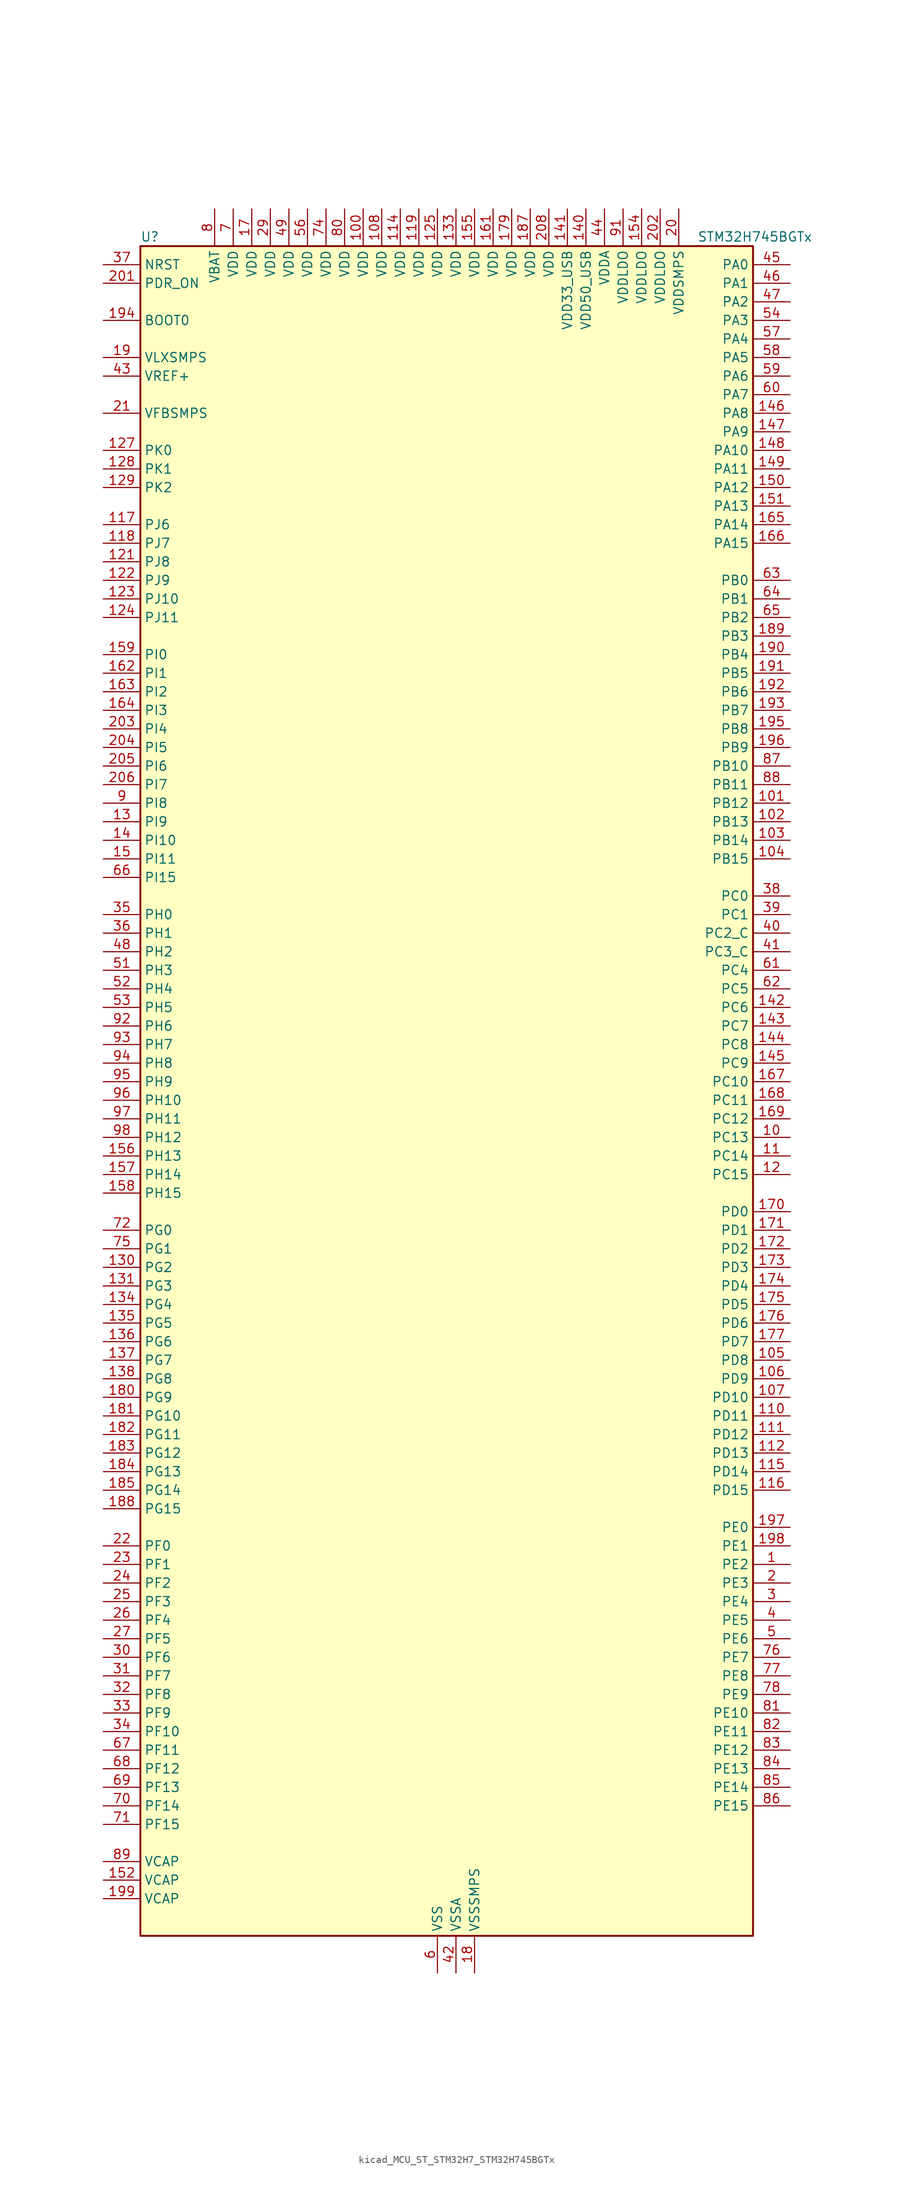
<source format=kicad_sym>
(kicad_symbol_lib
  (version 20220914)
  (generator kicad_symbol_editor)
  (symbol "kicad_MCU_ST_STM32H7_STM32H745BGTx"
    (property "Reference" "U"
      (at -40.64 118.11 0)
      (effects (font (size 1.27 1.27)) (justify left)))
    (property "Value" "STM32H745BGTx"
      (at 35.56 118.11 0)
      (effects (font (size 1.27 1.27)) (justify left)))
    (property "ki_locked" ""
      (at 0 0 0)
      (effects (font (size 1.27 1.27))))
    (symbol "kicad_MCU_ST_STM32H7_STM32H745BGTx_0_1"
      (rectangle (start -40.64 -114.3) (end 43.18 116.84) (stroke (width 0.254) (type default)) (fill (type background))))
    (symbol "kicad_MCU_ST_STM32H7_STM32H745BGTx_1_1"
      (pin bidirectional line (at 48.26 -63.5 180) (length 5.08) (name "PE2" (effects (font (size 1.27 1.27)))) (number "1" (effects (font (size 1.27 1.27)))) (alternate "DEBUG_TRACECLK" bidirectional line) (alternate "ETH_TXD3" bidirectional line) (alternate "FMC_A23" bidirectional line) (alternate "QUADSPI_BK1_IO2" bidirectional line) (alternate "SAI1_CK1" bidirectional line) (alternate "SAI1_MCLK_A" bidirectional line) (alternate "SAI4_CK1" bidirectional line) (alternate "SAI4_MCLK_A" bidirectional line) (alternate "SPI4_SCK" bidirectional line))
      (pin bidirectional line (at 48.26 -5.08 180) (length 5.08) (name "PC13" (effects (font (size 1.27 1.27)))) (number "10" (effects (font (size 1.27 1.27)))) (alternate "PWR_WKUP2" bidirectional line) (alternate "RTC_OUT_ALARM" bidirectional line) (alternate "RTC_OUT_CALIB" bidirectional line) (alternate "RTC_TAMP1" bidirectional line) (alternate "RTC_TS" bidirectional line))
      (pin power_in line (at -10.16 121.92 270) (length 5.08) (name "VDD" (effects (font (size 1.27 1.27)))) (number "100" (effects (font (size 1.27 1.27)))))
      (pin bidirectional line (at 48.26 40.64 180) (length 5.08) (name "PB12" (effects (font (size 1.27 1.27)))) (number "101" (effects (font (size 1.27 1.27)))) (alternate "DFSDM1_DATIN1" bidirectional line) (alternate "ETH_TXD0" bidirectional line) (alternate "FDCAN2_RX" bidirectional line) (alternate "I2C2_SMBA" bidirectional line) (alternate "I2S2_WS" bidirectional line) (alternate "SPI2_NSS" bidirectional line) (alternate "TIM1_BKIN" bidirectional line) (alternate "TIM1_BKIN_COMP1" bidirectional line) (alternate "TIM1_BKIN_COMP2" bidirectional line) (alternate "UART5_RX" bidirectional line) (alternate "USART3_CK" bidirectional line) (alternate "USB_OTG_HS_ID" bidirectional line) (alternate "USB_OTG_HS_ULPI_D5" bidirectional line))
      (pin bidirectional line (at 48.26 38.1 180) (length 5.08) (name "PB13" (effects (font (size 1.27 1.27)))) (number "102" (effects (font (size 1.27 1.27)))) (alternate "DFSDM1_CKIN1" bidirectional line) (alternate "ETH_TXD1" bidirectional line) (alternate "FDCAN2_TX" bidirectional line) (alternate "I2S2_CK" bidirectional line) (alternate "LPTIM2_OUT" bidirectional line) (alternate "SPI2_SCK" bidirectional line) (alternate "TIM1_CH1N" bidirectional line) (alternate "UART5_TX" bidirectional line) (alternate "USART3_CTS" bidirectional line) (alternate "USART3_NSS" bidirectional line) (alternate "USB_OTG_HS_ULPI_D6" bidirectional line) (alternate "USB_OTG_HS_VBUS" bidirectional line))
      (pin bidirectional line (at 48.26 35.56 180) (length 5.08) (name "PB14" (effects (font (size 1.27 1.27)))) (number "103" (effects (font (size 1.27 1.27)))) (alternate "DFSDM1_DATIN2" bidirectional line) (alternate "I2S2_SDI" bidirectional line) (alternate "SDMMC2_D0" bidirectional line) (alternate "SPI2_MISO" bidirectional line) (alternate "TIM12_CH1" bidirectional line) (alternate "TIM1_CH2N" bidirectional line) (alternate "TIM8_CH2N" bidirectional line) (alternate "UART4_DE" bidirectional line) (alternate "UART4_RTS" bidirectional line) (alternate "USART1_TX" bidirectional line) (alternate "USART3_DE" bidirectional line) (alternate "USART3_RTS" bidirectional line) (alternate "USB_OTG_HS_DM" bidirectional line))
      (pin bidirectional line (at 48.26 33.02 180) (length 5.08) (name "PB15" (effects (font (size 1.27 1.27)))) (number "104" (effects (font (size 1.27 1.27)))) (alternate "ADC1_EXTI15" bidirectional line) (alternate "ADC2_EXTI15" bidirectional line) (alternate "ADC3_EXTI15" bidirectional line) (alternate "DFSDM1_CKIN2" bidirectional line) (alternate "I2S2_SDO" bidirectional line) (alternate "RTC_REFIN" bidirectional line) (alternate "SDMMC2_D1" bidirectional line) (alternate "SPI2_MOSI" bidirectional line) (alternate "TIM12_CH2" bidirectional line) (alternate "TIM1_CH3N" bidirectional line) (alternate "TIM8_CH3N" bidirectional line) (alternate "UART4_CTS" bidirectional line) (alternate "USART1_RX" bidirectional line) (alternate "USB_OTG_HS_DP" bidirectional line))
      (pin bidirectional line (at 48.26 -35.56 180) (length 5.08) (name "PD8" (effects (font (size 1.27 1.27)))) (number "105" (effects (font (size 1.27 1.27)))) (alternate "DFSDM1_CKIN3" bidirectional line) (alternate "FMC_D13" bidirectional line) (alternate "FMC_DA13" bidirectional line) (alternate "SAI3_SCK_B" bidirectional line) (alternate "SPDIFRX1_IN1" bidirectional line) (alternate "USART3_TX" bidirectional line))
      (pin bidirectional line (at 48.26 -38.1 180) (length 5.08) (name "PD9" (effects (font (size 1.27 1.27)))) (number "106" (effects (font (size 1.27 1.27)))) (alternate "DAC1_EXTI9" bidirectional line) (alternate "DFSDM1_DATIN3" bidirectional line) (alternate "FMC_D14" bidirectional line) (alternate "FMC_DA14" bidirectional line) (alternate "SAI3_SD_B" bidirectional line) (alternate "USART3_RX" bidirectional line))
      (pin bidirectional line (at 48.26 -40.64 180) (length 5.08) (name "PD10" (effects (font (size 1.27 1.27)))) (number "107" (effects (font (size 1.27 1.27)))) (alternate "DFSDM1_CKOUT" bidirectional line) (alternate "FMC_D15" bidirectional line) (alternate "FMC_DA15" bidirectional line) (alternate "LTDC_B3" bidirectional line) (alternate "SAI3_FS_B" bidirectional line) (alternate "USART3_CK" bidirectional line))
      (pin power_in line (at -7.62 121.92 270) (length 5.08) (name "VDD" (effects (font (size 1.27 1.27)))) (number "108" (effects (font (size 1.27 1.27)))))
      (pin passive line (at 0 -119.38 90) (length 5.08) hide (name "VSS" (effects (font (size 1.27 1.27)))) (number "109" (effects (font (size 1.27 1.27)))))
      (pin bidirectional line (at 48.26 -7.62 180) (length 5.08) (name "PC14" (effects (font (size 1.27 1.27)))) (number "11" (effects (font (size 1.27 1.27)))) (alternate "RCC_OSC32_IN" bidirectional line))
      (pin bidirectional line (at 48.26 -43.18 180) (length 5.08) (name "PD11" (effects (font (size 1.27 1.27)))) (number "110" (effects (font (size 1.27 1.27)))) (alternate "ADC1_EXTI11" bidirectional line) (alternate "ADC2_EXTI11" bidirectional line) (alternate "ADC3_EXTI11" bidirectional line) (alternate "FMC_A16" bidirectional line) (alternate "FMC_CLE" bidirectional line) (alternate "I2C4_SMBA" bidirectional line) (alternate "LPTIM2_IN2" bidirectional line) (alternate "QUADSPI_BK1_IO0" bidirectional line) (alternate "SAI2_SD_A" bidirectional line) (alternate "USART3_CTS" bidirectional line) (alternate "USART3_NSS" bidirectional line))
      (pin bidirectional line (at 48.26 -45.72 180) (length 5.08) (name "PD12" (effects (font (size 1.27 1.27)))) (number "111" (effects (font (size 1.27 1.27)))) (alternate "FMC_A17" bidirectional line) (alternate "FMC_ALE" bidirectional line) (alternate "I2C4_SCL" bidirectional line) (alternate "LPTIM1_IN1" bidirectional line) (alternate "LPTIM2_IN1" bidirectional line) (alternate "QUADSPI_BK1_IO1" bidirectional line) (alternate "SAI2_FS_A" bidirectional line) (alternate "TIM4_CH1" bidirectional line) (alternate "USART3_DE" bidirectional line) (alternate "USART3_RTS" bidirectional line))
      (pin bidirectional line (at 48.26 -48.26 180) (length 5.08) (name "PD13" (effects (font (size 1.27 1.27)))) (number "112" (effects (font (size 1.27 1.27)))) (alternate "FMC_A18" bidirectional line) (alternate "I2C4_SDA" bidirectional line) (alternate "LPTIM1_OUT" bidirectional line) (alternate "QUADSPI_BK1_IO3" bidirectional line) (alternate "SAI2_SCK_A" bidirectional line) (alternate "TIM4_CH2" bidirectional line))
      (pin passive line (at 0 -119.38 90) (length 5.08) hide (name "VSS" (effects (font (size 1.27 1.27)))) (number "113" (effects (font (size 1.27 1.27)))))
      (pin power_in line (at -5.08 121.92 270) (length 5.08) (name "VDD" (effects (font (size 1.27 1.27)))) (number "114" (effects (font (size 1.27 1.27)))))
      (pin bidirectional line (at 48.26 -50.8 180) (length 5.08) (name "PD14" (effects (font (size 1.27 1.27)))) (number "115" (effects (font (size 1.27 1.27)))) (alternate "FMC_D0" bidirectional line) (alternate "FMC_DA0" bidirectional line) (alternate "SAI3_MCLK_B" bidirectional line) (alternate "TIM4_CH3" bidirectional line) (alternate "UART8_CTS" bidirectional line))
      (pin bidirectional line (at 48.26 -53.34 180) (length 5.08) (name "PD15" (effects (font (size 1.27 1.27)))) (number "116" (effects (font (size 1.27 1.27)))) (alternate "ADC1_EXTI15" bidirectional line) (alternate "ADC2_EXTI15" bidirectional line) (alternate "ADC3_EXTI15" bidirectional line) (alternate "FMC_D1" bidirectional line) (alternate "FMC_DA1" bidirectional line) (alternate "SAI3_MCLK_A" bidirectional line) (alternate "TIM4_CH4" bidirectional line) (alternate "UART8_DE" bidirectional line) (alternate "UART8_RTS" bidirectional line))
      (pin bidirectional line (at -45.72 78.74 0) (length 5.08) (name "PJ6" (effects (font (size 1.27 1.27)))) (number "117" (effects (font (size 1.27 1.27)))) (alternate "LTDC_R7" bidirectional line) (alternate "TIM8_CH2" bidirectional line))
      (pin bidirectional line (at -45.72 76.2 0) (length 5.08) (name "PJ7" (effects (font (size 1.27 1.27)))) (number "118" (effects (font (size 1.27 1.27)))) (alternate "DEBUG_TRGIN" bidirectional line) (alternate "LTDC_G0" bidirectional line) (alternate "TIM8_CH2N" bidirectional line))
      (pin power_in line (at -2.54 121.92 270) (length 5.08) (name "VDD" (effects (font (size 1.27 1.27)))) (number "119" (effects (font (size 1.27 1.27)))))
      (pin bidirectional line (at 48.26 -10.16 180) (length 5.08) (name "PC15" (effects (font (size 1.27 1.27)))) (number "12" (effects (font (size 1.27 1.27)))) (alternate "ADC1_EXTI15" bidirectional line) (alternate "ADC2_EXTI15" bidirectional line) (alternate "ADC3_EXTI15" bidirectional line) (alternate "RCC_OSC32_OUT" bidirectional line))
      (pin passive line (at 0 -119.38 90) (length 5.08) hide (name "VSS" (effects (font (size 1.27 1.27)))) (number "120" (effects (font (size 1.27 1.27)))))
      (pin bidirectional line (at -45.72 73.66 0) (length 5.08) (name "PJ8" (effects (font (size 1.27 1.27)))) (number "121" (effects (font (size 1.27 1.27)))) (alternate "LTDC_G1" bidirectional line) (alternate "TIM1_CH3N" bidirectional line) (alternate "TIM8_CH1" bidirectional line) (alternate "UART8_TX" bidirectional line))
      (pin bidirectional line (at -45.72 71.12 0) (length 5.08) (name "PJ9" (effects (font (size 1.27 1.27)))) (number "122" (effects (font (size 1.27 1.27)))) (alternate "DAC1_EXTI9" bidirectional line) (alternate "LTDC_G2" bidirectional line) (alternate "TIM1_CH3" bidirectional line) (alternate "TIM8_CH1N" bidirectional line) (alternate "UART8_RX" bidirectional line))
      (pin bidirectional line (at -45.72 68.58 0) (length 5.08) (name "PJ10" (effects (font (size 1.27 1.27)))) (number "123" (effects (font (size 1.27 1.27)))) (alternate "LTDC_G3" bidirectional line) (alternate "SPI5_MOSI" bidirectional line) (alternate "TIM1_CH2N" bidirectional line) (alternate "TIM8_CH2" bidirectional line))
      (pin bidirectional line (at -45.72 66.04 0) (length 5.08) (name "PJ11" (effects (font (size 1.27 1.27)))) (number "124" (effects (font (size 1.27 1.27)))) (alternate "ADC1_EXTI11" bidirectional line) (alternate "ADC2_EXTI11" bidirectional line) (alternate "ADC3_EXTI11" bidirectional line) (alternate "LTDC_G4" bidirectional line) (alternate "SPI5_MISO" bidirectional line) (alternate "TIM1_CH2" bidirectional line) (alternate "TIM8_CH2N" bidirectional line))
      (pin power_in line (at 0 121.92 270) (length 5.08) (name "VDD" (effects (font (size 1.27 1.27)))) (number "125" (effects (font (size 1.27 1.27)))))
      (pin passive line (at 0 -119.38 90) (length 5.08) hide (name "VSS" (effects (font (size 1.27 1.27)))) (number "126" (effects (font (size 1.27 1.27)))))
      (pin bidirectional line (at -45.72 88.9 0) (length 5.08) (name "PK0" (effects (font (size 1.27 1.27)))) (number "127" (effects (font (size 1.27 1.27)))) (alternate "LTDC_G5" bidirectional line) (alternate "SPI5_SCK" bidirectional line) (alternate "TIM1_CH1N" bidirectional line) (alternate "TIM8_CH3" bidirectional line))
      (pin bidirectional line (at -45.72 86.36 0) (length 5.08) (name "PK1" (effects (font (size 1.27 1.27)))) (number "128" (effects (font (size 1.27 1.27)))) (alternate "LTDC_G6" bidirectional line) (alternate "SPI5_NSS" bidirectional line) (alternate "TIM1_CH1" bidirectional line) (alternate "TIM8_CH3N" bidirectional line))
      (pin bidirectional line (at -45.72 83.82 0) (length 5.08) (name "PK2" (effects (font (size 1.27 1.27)))) (number "129" (effects (font (size 1.27 1.27)))) (alternate "LTDC_G7" bidirectional line) (alternate "TIM1_BKIN" bidirectional line) (alternate "TIM1_BKIN_COMP1" bidirectional line) (alternate "TIM1_BKIN_COMP2" bidirectional line) (alternate "TIM8_BKIN" bidirectional line) (alternate "TIM8_BKIN_COMP1" bidirectional line) (alternate "TIM8_BKIN_COMP2" bidirectional line))
      (pin bidirectional line (at -45.72 38.1 0) (length 5.08) (name "PI9" (effects (font (size 1.27 1.27)))) (number "13" (effects (font (size 1.27 1.27)))) (alternate "DAC1_EXTI9" bidirectional line) (alternate "FDCAN1_RX" bidirectional line) (alternate "FMC_D30" bidirectional line) (alternate "LTDC_VSYNC" bidirectional line) (alternate "UART4_RX" bidirectional line))
      (pin bidirectional line (at -45.72 -22.86 0) (length 5.08) (name "PG2" (effects (font (size 1.27 1.27)))) (number "130" (effects (font (size 1.27 1.27)))) (alternate "FMC_A12" bidirectional line) (alternate "TIM8_BKIN" bidirectional line) (alternate "TIM8_BKIN_COMP1" bidirectional line) (alternate "TIM8_BKIN_COMP2" bidirectional line))
      (pin bidirectional line (at -45.72 -25.4 0) (length 5.08) (name "PG3" (effects (font (size 1.27 1.27)))) (number "131" (effects (font (size 1.27 1.27)))) (alternate "FMC_A13" bidirectional line) (alternate "TIM8_BKIN2" bidirectional line) (alternate "TIM8_BKIN2_COMP1" bidirectional line) (alternate "TIM8_BKIN2_COMP2" bidirectional line))
      (pin passive line (at 0 -119.38 90) (length 5.08) hide (name "VSS" (effects (font (size 1.27 1.27)))) (number "132" (effects (font (size 1.27 1.27)))))
      (pin power_in line (at 2.54 121.92 270) (length 5.08) (name "VDD" (effects (font (size 1.27 1.27)))) (number "133" (effects (font (size 1.27 1.27)))))
      (pin bidirectional line (at -45.72 -27.94 0) (length 5.08) (name "PG4" (effects (font (size 1.27 1.27)))) (number "134" (effects (font (size 1.27 1.27)))) (alternate "FMC_A14" bidirectional line) (alternate "FMC_BA0" bidirectional line) (alternate "TIM1_BKIN2" bidirectional line) (alternate "TIM1_BKIN2_COMP1" bidirectional line) (alternate "TIM1_BKIN2_COMP2" bidirectional line))
      (pin bidirectional line (at -45.72 -30.48 0) (length 5.08) (name "PG5" (effects (font (size 1.27 1.27)))) (number "135" (effects (font (size 1.27 1.27)))) (alternate "FMC_A15" bidirectional line) (alternate "FMC_BA1" bidirectional line) (alternate "TIM1_ETR" bidirectional line))
      (pin bidirectional line (at -45.72 -33.02 0) (length 5.08) (name "PG6" (effects (font (size 1.27 1.27)))) (number "136" (effects (font (size 1.27 1.27)))) (alternate "DCMI_D12" bidirectional line) (alternate "FMC_NE3" bidirectional line) (alternate "HRTIM_CHE1" bidirectional line) (alternate "LTDC_R7" bidirectional line) (alternate "QUADSPI_BK1_NCS" bidirectional line) (alternate "TIM17_BKIN" bidirectional line))
      (pin bidirectional line (at -45.72 -35.56 0) (length 5.08) (name "PG7" (effects (font (size 1.27 1.27)))) (number "137" (effects (font (size 1.27 1.27)))) (alternate "DCMI_D13" bidirectional line) (alternate "FMC_INT" bidirectional line) (alternate "HRTIM_CHE2" bidirectional line) (alternate "LTDC_CLK" bidirectional line) (alternate "SAI1_MCLK_A" bidirectional line) (alternate "USART6_CK" bidirectional line))
      (pin bidirectional line (at -45.72 -38.1 0) (length 5.08) (name "PG8" (effects (font (size 1.27 1.27)))) (number "138" (effects (font (size 1.27 1.27)))) (alternate "ETH_PPS_OUT" bidirectional line) (alternate "FMC_SDCLK" bidirectional line) (alternate "LTDC_G7" bidirectional line) (alternate "SPDIFRX1_IN2" bidirectional line) (alternate "SPI6_NSS" bidirectional line) (alternate "TIM8_ETR" bidirectional line) (alternate "USART6_DE" bidirectional line) (alternate "USART6_RTS" bidirectional line))
      (pin passive line (at 0 -119.38 90) (length 5.08) hide (name "VSS" (effects (font (size 1.27 1.27)))) (number "139" (effects (font (size 1.27 1.27)))))
      (pin bidirectional line (at -45.72 35.56 0) (length 5.08) (name "PI10" (effects (font (size 1.27 1.27)))) (number "14" (effects (font (size 1.27 1.27)))) (alternate "ETH_RX_ER" bidirectional line) (alternate "FMC_D31" bidirectional line) (alternate "LTDC_HSYNC" bidirectional line))
      (pin power_in line (at 20.32 121.92 270) (length 5.08) (name "VDD50_USB" (effects (font (size 1.27 1.27)))) (number "140" (effects (font (size 1.27 1.27)))))
      (pin power_in line (at 17.78 121.92 270) (length 5.08) (name "VDD33_USB" (effects (font (size 1.27 1.27)))) (number "141" (effects (font (size 1.27 1.27)))))
      (pin bidirectional line (at 48.26 12.7 180) (length 5.08) (name "PC6" (effects (font (size 1.27 1.27)))) (number "142" (effects (font (size 1.27 1.27)))) (alternate "DCMI_D0" bidirectional line) (alternate "DFSDM1_CKIN3" bidirectional line) (alternate "FMC_NWAIT" bidirectional line) (alternate "HRTIM_CHA1" bidirectional line) (alternate "I2S2_MCK" bidirectional line) (alternate "LTDC_HSYNC" bidirectional line) (alternate "SDMMC1_D0DIR" bidirectional line) (alternate "SDMMC1_D6" bidirectional line) (alternate "SDMMC2_D6" bidirectional line) (alternate "SWPMI1_IO" bidirectional line) (alternate "TIM3_CH1" bidirectional line) (alternate "TIM8_CH1" bidirectional line) (alternate "USART6_TX" bidirectional line))
      (pin bidirectional line (at 48.26 10.16 180) (length 5.08) (name "PC7" (effects (font (size 1.27 1.27)))) (number "143" (effects (font (size 1.27 1.27)))) (alternate "DCMI_D1" bidirectional line) (alternate "DEBUG_TRGIO" bidirectional line) (alternate "DFSDM1_DATIN3" bidirectional line) (alternate "FMC_NE1" bidirectional line) (alternate "HRTIM_CHA2" bidirectional line) (alternate "I2S3_MCK" bidirectional line) (alternate "LTDC_G6" bidirectional line) (alternate "SDMMC1_D123DIR" bidirectional line) (alternate "SDMMC1_D7" bidirectional line) (alternate "SDMMC2_D7" bidirectional line) (alternate "SWPMI1_TX" bidirectional line) (alternate "TIM3_CH2" bidirectional line) (alternate "TIM8_CH2" bidirectional line) (alternate "USART6_RX" bidirectional line))
      (pin bidirectional line (at 48.26 7.62 180) (length 5.08) (name "PC8" (effects (font (size 1.27 1.27)))) (number "144" (effects (font (size 1.27 1.27)))) (alternate "DCMI_D2" bidirectional line) (alternate "DEBUG_TRACED1" bidirectional line) (alternate "FMC_NCE" bidirectional line) (alternate "FMC_NE2" bidirectional line) (alternate "HRTIM_CHB1" bidirectional line) (alternate "SDMMC1_D0" bidirectional line) (alternate "SWPMI1_RX" bidirectional line) (alternate "TIM3_CH3" bidirectional line) (alternate "TIM8_CH3" bidirectional line) (alternate "UART5_DE" bidirectional line) (alternate "UART5_RTS" bidirectional line) (alternate "USART6_CK" bidirectional line))
      (pin bidirectional line (at 48.26 5.08 180) (length 5.08) (name "PC9" (effects (font (size 1.27 1.27)))) (number "145" (effects (font (size 1.27 1.27)))) (alternate "DAC1_EXTI9" bidirectional line) (alternate "DCMI_D3" bidirectional line) (alternate "I2C3_SDA" bidirectional line) (alternate "I2S_CKIN" bidirectional line) (alternate "LTDC_B2" bidirectional line) (alternate "LTDC_G3" bidirectional line) (alternate "QUADSPI_BK1_IO0" bidirectional line) (alternate "RCC_MCO_2" bidirectional line) (alternate "SDMMC1_D1" bidirectional line) (alternate "SWPMI1_SUSPEND" bidirectional line) (alternate "TIM3_CH4" bidirectional line) (alternate "TIM8_CH4" bidirectional line) (alternate "UART5_CTS" bidirectional line))
      (pin bidirectional line (at 48.26 93.98 180) (length 5.08) (name "PA8" (effects (font (size 1.27 1.27)))) (number "146" (effects (font (size 1.27 1.27)))) (alternate "HRTIM_CHB2" bidirectional line) (alternate "I2C3_SCL" bidirectional line) (alternate "LTDC_B3" bidirectional line) (alternate "LTDC_R6" bidirectional line) (alternate "RCC_MCO_1" bidirectional line) (alternate "TIM1_CH1" bidirectional line) (alternate "TIM8_BKIN2" bidirectional line) (alternate "TIM8_BKIN2_COMP1" bidirectional line) (alternate "TIM8_BKIN2_COMP2" bidirectional line) (alternate "UART7_RX" bidirectional line) (alternate "USART1_CK" bidirectional line) (alternate "USB_OTG_FS_SOF" bidirectional line))
      (pin bidirectional line (at 48.26 91.44 180) (length 5.08) (name "PA9" (effects (font (size 1.27 1.27)))) (number "147" (effects (font (size 1.27 1.27)))) (alternate "DAC1_EXTI9" bidirectional line) (alternate "DCMI_D0" bidirectional line) (alternate "HRTIM_CHC1" bidirectional line) (alternate "I2C3_SMBA" bidirectional line) (alternate "I2S2_CK" bidirectional line) (alternate "LPUART1_TX" bidirectional line) (alternate "LTDC_R5" bidirectional line) (alternate "SPI2_SCK" bidirectional line) (alternate "TIM1_CH2" bidirectional line) (alternate "USART1_TX" bidirectional line) (alternate "USB_OTG_FS_VBUS" bidirectional line))
      (pin bidirectional line (at 48.26 88.9 180) (length 5.08) (name "PA10" (effects (font (size 1.27 1.27)))) (number "148" (effects (font (size 1.27 1.27)))) (alternate "DCMI_D1" bidirectional line) (alternate "HRTIM_CHC2" bidirectional line) (alternate "LPUART1_RX" bidirectional line) (alternate "LTDC_B1" bidirectional line) (alternate "LTDC_B4" bidirectional line) (alternate "MDIOS_MDIO" bidirectional line) (alternate "TIM1_CH3" bidirectional line) (alternate "USART1_RX" bidirectional line) (alternate "USB_OTG_FS_ID" bidirectional line))
      (pin bidirectional line (at 48.26 86.36 180) (length 5.08) (name "PA11" (effects (font (size 1.27 1.27)))) (number "149" (effects (font (size 1.27 1.27)))) (alternate "ADC1_EXTI11" bidirectional line) (alternate "ADC2_EXTI11" bidirectional line) (alternate "ADC3_EXTI11" bidirectional line) (alternate "FDCAN1_RX" bidirectional line) (alternate "HRTIM_CHD1" bidirectional line) (alternate "I2S2_WS" bidirectional line) (alternate "LPUART1_CTS" bidirectional line) (alternate "LTDC_R4" bidirectional line) (alternate "SPI2_NSS" bidirectional line) (alternate "TIM1_CH4" bidirectional line) (alternate "UART4_RX" bidirectional line) (alternate "USART1_CTS" bidirectional line) (alternate "USART1_NSS" bidirectional line) (alternate "USB_OTG_FS_DM" bidirectional line))
      (pin bidirectional line (at -45.72 33.02 0) (length 5.08) (name "PI11" (effects (font (size 1.27 1.27)))) (number "15" (effects (font (size 1.27 1.27)))) (alternate "ADC1_EXTI11" bidirectional line) (alternate "ADC2_EXTI11" bidirectional line) (alternate "ADC3_EXTI11" bidirectional line) (alternate "LTDC_G6" bidirectional line) (alternate "PWR_WKUP4" bidirectional line) (alternate "USB_OTG_HS_ULPI_DIR" bidirectional line))
      (pin bidirectional line (at 48.26 83.82 180) (length 5.08) (name "PA12" (effects (font (size 1.27 1.27)))) (number "150" (effects (font (size 1.27 1.27)))) (alternate "FDCAN1_TX" bidirectional line) (alternate "HRTIM_CHD2" bidirectional line) (alternate "I2S2_CK" bidirectional line) (alternate "LPUART1_DE" bidirectional line) (alternate "LPUART1_RTS" bidirectional line) (alternate "LTDC_R5" bidirectional line) (alternate "SAI2_FS_B" bidirectional line) (alternate "SPI2_SCK" bidirectional line) (alternate "TIM1_ETR" bidirectional line) (alternate "UART4_TX" bidirectional line) (alternate "USART1_DE" bidirectional line) (alternate "USART1_RTS" bidirectional line) (alternate "USB_OTG_FS_DP" bidirectional line))
      (pin bidirectional line (at 48.26 81.28 180) (length 5.08) (name "PA13" (effects (font (size 1.27 1.27)))) (number "151" (effects (font (size 1.27 1.27)))) (alternate "DEBUG_JTMS-SWDIO" bidirectional line))
      (pin power_out line (at -45.72 -106.68 0) (length 5.08) (name "VCAP" (effects (font (size 1.27 1.27)))) (number "152" (effects (font (size 1.27 1.27)))))
      (pin passive line (at 0 -119.38 90) (length 5.08) hide (name "VSS" (effects (font (size 1.27 1.27)))) (number "153" (effects (font (size 1.27 1.27)))))
      (pin power_in line (at 27.94 121.92 270) (length 5.08) (name "VDDLDO" (effects (font (size 1.27 1.27)))) (number "154" (effects (font (size 1.27 1.27)))))
      (pin power_in line (at 5.08 121.92 270) (length 5.08) (name "VDD" (effects (font (size 1.27 1.27)))) (number "155" (effects (font (size 1.27 1.27)))))
      (pin bidirectional line (at -45.72 -7.62 0) (length 5.08) (name "PH13" (effects (font (size 1.27 1.27)))) (number "156" (effects (font (size 1.27 1.27)))) (alternate "FDCAN1_TX" bidirectional line) (alternate "FMC_D21" bidirectional line) (alternate "LTDC_G2" bidirectional line) (alternate "TIM8_CH1N" bidirectional line) (alternate "UART4_TX" bidirectional line))
      (pin bidirectional line (at -45.72 -10.16 0) (length 5.08) (name "PH14" (effects (font (size 1.27 1.27)))) (number "157" (effects (font (size 1.27 1.27)))) (alternate "DCMI_D4" bidirectional line) (alternate "FDCAN1_RX" bidirectional line) (alternate "FMC_D22" bidirectional line) (alternate "LTDC_G3" bidirectional line) (alternate "TIM8_CH2N" bidirectional line) (alternate "UART4_RX" bidirectional line))
      (pin bidirectional line (at -45.72 -12.7 0) (length 5.08) (name "PH15" (effects (font (size 1.27 1.27)))) (number "158" (effects (font (size 1.27 1.27)))) (alternate "ADC1_EXTI15" bidirectional line) (alternate "ADC2_EXTI15" bidirectional line) (alternate "ADC3_EXTI15" bidirectional line) (alternate "DCMI_D11" bidirectional line) (alternate "FMC_D23" bidirectional line) (alternate "LTDC_G4" bidirectional line) (alternate "TIM8_CH3N" bidirectional line))
      (pin bidirectional line (at -45.72 60.96 0) (length 5.08) (name "PI0" (effects (font (size 1.27 1.27)))) (number "159" (effects (font (size 1.27 1.27)))) (alternate "DCMI_D13" bidirectional line) (alternate "FMC_D24" bidirectional line) (alternate "I2S2_WS" bidirectional line) (alternate "LTDC_G5" bidirectional line) (alternate "SPI2_NSS" bidirectional line) (alternate "TIM5_CH4" bidirectional line))
      (pin passive line (at 0 -119.38 90) (length 5.08) hide (name "VSS" (effects (font (size 1.27 1.27)))) (number "16" (effects (font (size 1.27 1.27)))))
      (pin passive line (at 0 -119.38 90) (length 5.08) hide (name "VSS" (effects (font (size 1.27 1.27)))) (number "160" (effects (font (size 1.27 1.27)))))
      (pin power_in line (at 7.62 121.92 270) (length 5.08) (name "VDD" (effects (font (size 1.27 1.27)))) (number "161" (effects (font (size 1.27 1.27)))))
      (pin bidirectional line (at -45.72 58.42 0) (length 5.08) (name "PI1" (effects (font (size 1.27 1.27)))) (number "162" (effects (font (size 1.27 1.27)))) (alternate "DCMI_D8" bidirectional line) (alternate "FMC_D25" bidirectional line) (alternate "I2S2_CK" bidirectional line) (alternate "LTDC_G6" bidirectional line) (alternate "SPI2_SCK" bidirectional line) (alternate "TIM8_BKIN2" bidirectional line) (alternate "TIM8_BKIN2_COMP1" bidirectional line) (alternate "TIM8_BKIN2_COMP2" bidirectional line))
      (pin bidirectional line (at -45.72 55.88 0) (length 5.08) (name "PI2" (effects (font (size 1.27 1.27)))) (number "163" (effects (font (size 1.27 1.27)))) (alternate "DCMI_D9" bidirectional line) (alternate "FMC_D26" bidirectional line) (alternate "I2S2_SDI" bidirectional line) (alternate "LTDC_G7" bidirectional line) (alternate "SPI2_MISO" bidirectional line) (alternate "TIM8_CH4" bidirectional line))
      (pin bidirectional line (at -45.72 53.34 0) (length 5.08) (name "PI3" (effects (font (size 1.27 1.27)))) (number "164" (effects (font (size 1.27 1.27)))) (alternate "DCMI_D10" bidirectional line) (alternate "FMC_D27" bidirectional line) (alternate "I2S2_SDO" bidirectional line) (alternate "SPI2_MOSI" bidirectional line) (alternate "TIM8_ETR" bidirectional line))
      (pin bidirectional line (at 48.26 78.74 180) (length 5.08) (name "PA14" (effects (font (size 1.27 1.27)))) (number "165" (effects (font (size 1.27 1.27)))) (alternate "DEBUG_JTCK-SWCLK" bidirectional line))
      (pin bidirectional line (at 48.26 76.2 180) (length 5.08) (name "PA15" (effects (font (size 1.27 1.27)))) (number "166" (effects (font (size 1.27 1.27)))) (alternate "ADC1_EXTI15" bidirectional line) (alternate "ADC2_EXTI15" bidirectional line) (alternate "ADC3_EXTI15" bidirectional line) (alternate "CEC" bidirectional line) (alternate "DEBUG_JTDI" bidirectional line) (alternate "HRTIM_FLT1" bidirectional line) (alternate "I2S1_WS" bidirectional line) (alternate "I2S3_WS" bidirectional line) (alternate "SPI1_NSS" bidirectional line) (alternate "SPI3_NSS" bidirectional line) (alternate "SPI6_NSS" bidirectional line) (alternate "TIM2_CH1" bidirectional line) (alternate "TIM2_ETR" bidirectional line) (alternate "UART4_DE" bidirectional line) (alternate "UART4_RTS" bidirectional line) (alternate "UART7_TX" bidirectional line))
      (pin bidirectional line (at 48.26 2.54 180) (length 5.08) (name "PC10" (effects (font (size 1.27 1.27)))) (number "167" (effects (font (size 1.27 1.27)))) (alternate "DCMI_D8" bidirectional line) (alternate "DFSDM1_CKIN5" bidirectional line) (alternate "HRTIM_EEV1" bidirectional line) (alternate "I2S3_CK" bidirectional line) (alternate "LTDC_R2" bidirectional line) (alternate "QUADSPI_BK1_IO1" bidirectional line) (alternate "SDMMC1_D2" bidirectional line) (alternate "SPI3_SCK" bidirectional line) (alternate "UART4_TX" bidirectional line) (alternate "USART3_TX" bidirectional line))
      (pin bidirectional line (at 48.26 0 180) (length 5.08) (name "PC11" (effects (font (size 1.27 1.27)))) (number "168" (effects (font (size 1.27 1.27)))) (alternate "ADC1_EXTI11" bidirectional line) (alternate "ADC2_EXTI11" bidirectional line) (alternate "ADC3_EXTI11" bidirectional line) (alternate "DCMI_D4" bidirectional line) (alternate "DFSDM1_DATIN5" bidirectional line) (alternate "HRTIM_FLT2" bidirectional line) (alternate "I2S3_SDI" bidirectional line) (alternate "QUADSPI_BK2_NCS" bidirectional line) (alternate "SDMMC1_D3" bidirectional line) (alternate "SPI3_MISO" bidirectional line) (alternate "UART4_RX" bidirectional line) (alternate "USART3_RX" bidirectional line))
      (pin bidirectional line (at 48.26 -2.54 180) (length 5.08) (name "PC12" (effects (font (size 1.27 1.27)))) (number "169" (effects (font (size 1.27 1.27)))) (alternate "DCMI_D9" bidirectional line) (alternate "DEBUG_TRACED3" bidirectional line) (alternate "HRTIM_EEV2" bidirectional line) (alternate "I2S3_SDO" bidirectional line) (alternate "SDMMC1_CK" bidirectional line) (alternate "SPI3_MOSI" bidirectional line) (alternate "UART5_TX" bidirectional line) (alternate "USART3_CK" bidirectional line))
      (pin power_in line (at -25.4 121.92 270) (length 5.08) (name "VDD" (effects (font (size 1.27 1.27)))) (number "17" (effects (font (size 1.27 1.27)))))
      (pin bidirectional line (at 48.26 -15.24 180) (length 5.08) (name "PD0" (effects (font (size 1.27 1.27)))) (number "170" (effects (font (size 1.27 1.27)))) (alternate "DFSDM1_CKIN6" bidirectional line) (alternate "FDCAN1_RX" bidirectional line) (alternate "FMC_D2" bidirectional line) (alternate "FMC_DA2" bidirectional line) (alternate "SAI3_SCK_A" bidirectional line) (alternate "UART4_RX" bidirectional line))
      (pin bidirectional line (at 48.26 -17.78 180) (length 5.08) (name "PD1" (effects (font (size 1.27 1.27)))) (number "171" (effects (font (size 1.27 1.27)))) (alternate "DFSDM1_DATIN6" bidirectional line) (alternate "FDCAN1_TX" bidirectional line) (alternate "FMC_D3" bidirectional line) (alternate "FMC_DA3" bidirectional line) (alternate "SAI3_SD_A" bidirectional line) (alternate "UART4_TX" bidirectional line))
      (pin bidirectional line (at 48.26 -20.32 180) (length 5.08) (name "PD2" (effects (font (size 1.27 1.27)))) (number "172" (effects (font (size 1.27 1.27)))) (alternate "DCMI_D11" bidirectional line) (alternate "DEBUG_TRACED2" bidirectional line) (alternate "SDMMC1_CMD" bidirectional line) (alternate "TIM3_ETR" bidirectional line) (alternate "UART5_RX" bidirectional line))
      (pin bidirectional line (at 48.26 -22.86 180) (length 5.08) (name "PD3" (effects (font (size 1.27 1.27)))) (number "173" (effects (font (size 1.27 1.27)))) (alternate "DCMI_D5" bidirectional line) (alternate "DFSDM1_CKOUT" bidirectional line) (alternate "FMC_CLK" bidirectional line) (alternate "I2S2_CK" bidirectional line) (alternate "LTDC_G7" bidirectional line) (alternate "SPI2_SCK" bidirectional line) (alternate "USART2_CTS" bidirectional line) (alternate "USART2_NSS" bidirectional line))
      (pin bidirectional line (at 48.26 -25.4 180) (length 5.08) (name "PD4" (effects (font (size 1.27 1.27)))) (number "174" (effects (font (size 1.27 1.27)))) (alternate "FMC_NOE" bidirectional line) (alternate "HRTIM_FLT3" bidirectional line) (alternate "SAI3_FS_A" bidirectional line) (alternate "USART2_DE" bidirectional line) (alternate "USART2_RTS" bidirectional line))
      (pin bidirectional line (at 48.26 -27.94 180) (length 5.08) (name "PD5" (effects (font (size 1.27 1.27)))) (number "175" (effects (font (size 1.27 1.27)))) (alternate "FMC_NWE" bidirectional line) (alternate "HRTIM_EEV3" bidirectional line) (alternate "USART2_TX" bidirectional line))
      (pin bidirectional line (at 48.26 -30.48 180) (length 5.08) (name "PD6" (effects (font (size 1.27 1.27)))) (number "176" (effects (font (size 1.27 1.27)))) (alternate "DCMI_D10" bidirectional line) (alternate "DFSDM1_CKIN4" bidirectional line) (alternate "DFSDM1_DATIN1" bidirectional line) (alternate "FMC_NWAIT" bidirectional line) (alternate "I2S3_SDO" bidirectional line) (alternate "LTDC_B2" bidirectional line) (alternate "SAI1_D1" bidirectional line) (alternate "SAI1_SD_A" bidirectional line) (alternate "SAI4_D1" bidirectional line) (alternate "SAI4_SD_A" bidirectional line) (alternate "SDMMC2_CK" bidirectional line) (alternate "SPI3_MOSI" bidirectional line) (alternate "USART2_RX" bidirectional line))
      (pin bidirectional line (at 48.26 -33.02 180) (length 5.08) (name "PD7" (effects (font (size 1.27 1.27)))) (number "177" (effects (font (size 1.27 1.27)))) (alternate "DFSDM1_CKIN1" bidirectional line) (alternate "DFSDM1_DATIN4" bidirectional line) (alternate "FMC_NE1" bidirectional line) (alternate "I2S1_SDO" bidirectional line) (alternate "SDMMC2_CMD" bidirectional line) (alternate "SPDIFRX1_IN0" bidirectional line) (alternate "SPI1_MOSI" bidirectional line) (alternate "USART2_CK" bidirectional line))
      (pin passive line (at 0 -119.38 90) (length 5.08) hide (name "VSS" (effects (font (size 1.27 1.27)))) (number "178" (effects (font (size 1.27 1.27)))))
      (pin power_in line (at 10.16 121.92 270) (length 5.08) (name "VDD" (effects (font (size 1.27 1.27)))) (number "179" (effects (font (size 1.27 1.27)))))
      (pin power_in line (at 5.08 -119.38 90) (length 5.08) (name "VSSSMPS" (effects (font (size 1.27 1.27)))) (number "18" (effects (font (size 1.27 1.27)))))
      (pin bidirectional line (at -45.72 -40.64 0) (length 5.08) (name "PG9" (effects (font (size 1.27 1.27)))) (number "180" (effects (font (size 1.27 1.27)))) (alternate "DAC1_EXTI9" bidirectional line) (alternate "DCMI_VSYNC" bidirectional line) (alternate "FMC_NCE" bidirectional line) (alternate "FMC_NE2" bidirectional line) (alternate "I2S1_SDI" bidirectional line) (alternate "QUADSPI_BK2_IO2" bidirectional line) (alternate "SAI2_FS_B" bidirectional line) (alternate "SPDIFRX1_IN3" bidirectional line) (alternate "SPI1_MISO" bidirectional line) (alternate "USART6_RX" bidirectional line))
      (pin bidirectional line (at -45.72 -43.18 0) (length 5.08) (name "PG10" (effects (font (size 1.27 1.27)))) (number "181" (effects (font (size 1.27 1.27)))) (alternate "DCMI_D2" bidirectional line) (alternate "FMC_NE3" bidirectional line) (alternate "HRTIM_FLT5" bidirectional line) (alternate "I2S1_WS" bidirectional line) (alternate "LTDC_B2" bidirectional line) (alternate "LTDC_G3" bidirectional line) (alternate "SAI2_SD_B" bidirectional line) (alternate "SPI1_NSS" bidirectional line))
      (pin bidirectional line (at -45.72 -45.72 0) (length 5.08) (name "PG11" (effects (font (size 1.27 1.27)))) (number "182" (effects (font (size 1.27 1.27)))) (alternate "ADC1_EXTI11" bidirectional line) (alternate "ADC2_EXTI11" bidirectional line) (alternate "ADC3_EXTI11" bidirectional line) (alternate "DCMI_D3" bidirectional line) (alternate "ETH_TX_EN" bidirectional line) (alternate "HRTIM_EEV4" bidirectional line) (alternate "I2S1_CK" bidirectional line) (alternate "LPTIM1_IN2" bidirectional line) (alternate "LTDC_B3" bidirectional line) (alternate "SDMMC2_D2" bidirectional line) (alternate "SPDIFRX1_IN0" bidirectional line) (alternate "SPI1_SCK" bidirectional line))
      (pin bidirectional line (at -45.72 -48.26 0) (length 5.08) (name "PG12" (effects (font (size 1.27 1.27)))) (number "183" (effects (font (size 1.27 1.27)))) (alternate "ETH_TXD1" bidirectional line) (alternate "FMC_NE4" bidirectional line) (alternate "HRTIM_EEV5" bidirectional line) (alternate "LPTIM1_IN1" bidirectional line) (alternate "LTDC_B1" bidirectional line) (alternate "LTDC_B4" bidirectional line) (alternate "SPDIFRX1_IN1" bidirectional line) (alternate "SPI6_MISO" bidirectional line) (alternate "USART6_DE" bidirectional line) (alternate "USART6_RTS" bidirectional line))
      (pin bidirectional line (at -45.72 -50.8 0) (length 5.08) (name "PG13" (effects (font (size 1.27 1.27)))) (number "184" (effects (font (size 1.27 1.27)))) (alternate "DEBUG_TRACED0" bidirectional line) (alternate "ETH_TXD0" bidirectional line) (alternate "FMC_A24" bidirectional line) (alternate "HRTIM_EEV10" bidirectional line) (alternate "LPTIM1_OUT" bidirectional line) (alternate "LTDC_R0" bidirectional line) (alternate "SPI6_SCK" bidirectional line) (alternate "USART6_CTS" bidirectional line) (alternate "USART6_NSS" bidirectional line))
      (pin bidirectional line (at -45.72 -53.34 0) (length 5.08) (name "PG14" (effects (font (size 1.27 1.27)))) (number "185" (effects (font (size 1.27 1.27)))) (alternate "DEBUG_TRACED1" bidirectional line) (alternate "ETH_TXD1" bidirectional line) (alternate "FMC_A25" bidirectional line) (alternate "LPTIM1_ETR" bidirectional line) (alternate "LTDC_B0" bidirectional line) (alternate "QUADSPI_BK2_IO3" bidirectional line) (alternate "SPI6_MOSI" bidirectional line) (alternate "USART6_TX" bidirectional line))
      (pin passive line (at 0 -119.38 90) (length 5.08) hide (name "VSS" (effects (font (size 1.27 1.27)))) (number "186" (effects (font (size 1.27 1.27)))))
      (pin power_in line (at 12.7 121.92 270) (length 5.08) (name "VDD" (effects (font (size 1.27 1.27)))) (number "187" (effects (font (size 1.27 1.27)))))
      (pin bidirectional line (at -45.72 -55.88 0) (length 5.08) (name "PG15" (effects (font (size 1.27 1.27)))) (number "188" (effects (font (size 1.27 1.27)))) (alternate "ADC1_EXTI15" bidirectional line) (alternate "ADC2_EXTI15" bidirectional line) (alternate "ADC3_EXTI15" bidirectional line) (alternate "DCMI_D13" bidirectional line) (alternate "FMC_SDNCAS" bidirectional line) (alternate "USART6_CTS" bidirectional line) (alternate "USART6_NSS" bidirectional line))
      (pin bidirectional line (at 48.26 63.5 180) (length 5.08) (name "PB3" (effects (font (size 1.27 1.27)))) (number "189" (effects (font (size 1.27 1.27)))) (alternate "CRS_SYNC" bidirectional line) (alternate "DEBUG_JTDO-SWO" bidirectional line) (alternate "HRTIM_FLT4" bidirectional line) (alternate "I2S1_CK" bidirectional line) (alternate "I2S3_CK" bidirectional line) (alternate "SDMMC2_D2" bidirectional line) (alternate "SPI1_SCK" bidirectional line) (alternate "SPI3_SCK" bidirectional line) (alternate "SPI6_SCK" bidirectional line) (alternate "TIM2_CH2" bidirectional line) (alternate "UART7_RX" bidirectional line))
      (pin power_in line (at -45.72 101.6 0) (length 5.08) (name "VLXSMPS" (effects (font (size 1.27 1.27)))) (number "19" (effects (font (size 1.27 1.27)))))
      (pin bidirectional line (at 48.26 60.96 180) (length 5.08) (name "PB4" (effects (font (size 1.27 1.27)))) (number "190" (effects (font (size 1.27 1.27)))) (alternate "DEBUG_JTRST" bidirectional line) (alternate "HRTIM_EEV6" bidirectional line) (alternate "I2S1_SDI" bidirectional line) (alternate "I2S2_WS" bidirectional line) (alternate "I2S3_SDI" bidirectional line) (alternate "SDMMC2_D3" bidirectional line) (alternate "SPI1_MISO" bidirectional line) (alternate "SPI2_NSS" bidirectional line) (alternate "SPI3_MISO" bidirectional line) (alternate "SPI6_MISO" bidirectional line) (alternate "TIM16_BKIN" bidirectional line) (alternate "TIM3_CH1" bidirectional line) (alternate "UART7_TX" bidirectional line))
      (pin bidirectional line (at 48.26 58.42 180) (length 5.08) (name "PB5" (effects (font (size 1.27 1.27)))) (number "191" (effects (font (size 1.27 1.27)))) (alternate "DCMI_D10" bidirectional line) (alternate "ETH_PPS_OUT" bidirectional line) (alternate "FDCAN2_RX" bidirectional line) (alternate "FMC_SDCKE1" bidirectional line) (alternate "HRTIM_EEV7" bidirectional line) (alternate "I2C1_SMBA" bidirectional line) (alternate "I2C4_SMBA" bidirectional line) (alternate "I2S1_SDO" bidirectional line) (alternate "I2S3_SDO" bidirectional line) (alternate "SPI1_MOSI" bidirectional line) (alternate "SPI3_MOSI" bidirectional line) (alternate "SPI6_MOSI" bidirectional line) (alternate "TIM17_BKIN" bidirectional line) (alternate "TIM3_CH2" bidirectional line) (alternate "UART5_RX" bidirectional line) (alternate "USB_OTG_HS_ULPI_D7" bidirectional line))
      (pin bidirectional line (at 48.26 55.88 180) (length 5.08) (name "PB6" (effects (font (size 1.27 1.27)))) (number "192" (effects (font (size 1.27 1.27)))) (alternate "CEC" bidirectional line) (alternate "DCMI_D5" bidirectional line) (alternate "DFSDM1_DATIN5" bidirectional line) (alternate "FDCAN2_TX" bidirectional line) (alternate "FMC_SDNE1" bidirectional line) (alternate "HRTIM_EEV8" bidirectional line) (alternate "I2C1_SCL" bidirectional line) (alternate "I2C4_SCL" bidirectional line) (alternate "LPUART1_TX" bidirectional line) (alternate "QUADSPI_BK1_NCS" bidirectional line) (alternate "TIM16_CH1N" bidirectional line) (alternate "TIM4_CH1" bidirectional line) (alternate "UART5_TX" bidirectional line) (alternate "USART1_TX" bidirectional line))
      (pin bidirectional line (at 48.26 53.34 180) (length 5.08) (name "PB7" (effects (font (size 1.27 1.27)))) (number "193" (effects (font (size 1.27 1.27)))) (alternate "DCMI_VSYNC" bidirectional line) (alternate "DFSDM1_CKIN5" bidirectional line) (alternate "FMC_NL" bidirectional line) (alternate "HRTIM_EEV9" bidirectional line) (alternate "I2C1_SDA" bidirectional line) (alternate "I2C4_SDA" bidirectional line) (alternate "LPUART1_RX" bidirectional line) (alternate "PWR_PVD_IN" bidirectional line) (alternate "TIM17_CH1N" bidirectional line) (alternate "TIM4_CH2" bidirectional line) (alternate "USART1_RX" bidirectional line))
      (pin input line (at -45.72 106.68 0) (length 5.08) (name "BOOT0" (effects (font (size 1.27 1.27)))) (number "194" (effects (font (size 1.27 1.27)))))
      (pin bidirectional line (at 48.26 50.8 180) (length 5.08) (name "PB8" (effects (font (size 1.27 1.27)))) (number "195" (effects (font (size 1.27 1.27)))) (alternate "DCMI_D6" bidirectional line) (alternate "DFSDM1_CKIN7" bidirectional line) (alternate "ETH_TXD3" bidirectional line) (alternate "FDCAN1_RX" bidirectional line) (alternate "I2C1_SCL" bidirectional line) (alternate "I2C4_SCL" bidirectional line) (alternate "LTDC_B6" bidirectional line) (alternate "SDMMC1_CKIN" bidirectional line) (alternate "SDMMC1_D4" bidirectional line) (alternate "SDMMC2_D4" bidirectional line) (alternate "TIM16_CH1" bidirectional line) (alternate "TIM4_CH3" bidirectional line) (alternate "UART4_RX" bidirectional line))
      (pin bidirectional line (at 48.26 48.26 180) (length 5.08) (name "PB9" (effects (font (size 1.27 1.27)))) (number "196" (effects (font (size 1.27 1.27)))) (alternate "DAC1_EXTI9" bidirectional line) (alternate "DCMI_D7" bidirectional line) (alternate "DFSDM1_DATIN7" bidirectional line) (alternate "FDCAN1_TX" bidirectional line) (alternate "I2C1_SDA" bidirectional line) (alternate "I2C4_SDA" bidirectional line) (alternate "I2C4_SMBA" bidirectional line) (alternate "I2S2_WS" bidirectional line) (alternate "LTDC_B7" bidirectional line) (alternate "SDMMC1_CDIR" bidirectional line) (alternate "SDMMC1_D5" bidirectional line) (alternate "SDMMC2_D5" bidirectional line) (alternate "SPI2_NSS" bidirectional line) (alternate "TIM17_CH1" bidirectional line) (alternate "TIM4_CH4" bidirectional line) (alternate "UART4_TX" bidirectional line))
      (pin bidirectional line (at 48.26 -58.42 180) (length 5.08) (name "PE0" (effects (font (size 1.27 1.27)))) (number "197" (effects (font (size 1.27 1.27)))) (alternate "DCMI_D2" bidirectional line) (alternate "FMC_NBL0" bidirectional line) (alternate "HRTIM_SCIN" bidirectional line) (alternate "LPTIM1_ETR" bidirectional line) (alternate "LPTIM2_ETR" bidirectional line) (alternate "SAI2_MCLK_A" bidirectional line) (alternate "TIM4_ETR" bidirectional line) (alternate "UART8_RX" bidirectional line))
      (pin bidirectional line (at 48.26 -60.96 180) (length 5.08) (name "PE1" (effects (font (size 1.27 1.27)))) (number "198" (effects (font (size 1.27 1.27)))) (alternate "DCMI_D3" bidirectional line) (alternate "FMC_NBL1" bidirectional line) (alternate "HRTIM_SCOUT" bidirectional line) (alternate "LPTIM1_IN2" bidirectional line) (alternate "UART8_TX" bidirectional line))
      (pin power_out line (at -45.72 -109.22 0) (length 5.08) (name "VCAP" (effects (font (size 1.27 1.27)))) (number "199" (effects (font (size 1.27 1.27)))))
      (pin bidirectional line (at 48.26 -66.04 180) (length 5.08) (name "PE3" (effects (font (size 1.27 1.27)))) (number "2" (effects (font (size 1.27 1.27)))) (alternate "DEBUG_TRACED0" bidirectional line) (alternate "FMC_A19" bidirectional line) (alternate "SAI1_SD_B" bidirectional line) (alternate "SAI4_SD_B" bidirectional line) (alternate "TIM15_BKIN" bidirectional line))
      (pin power_in line (at 33.02 121.92 270) (length 5.08) (name "VDDSMPS" (effects (font (size 1.27 1.27)))) (number "20" (effects (font (size 1.27 1.27)))))
      (pin passive line (at 0 -119.38 90) (length 5.08) hide (name "VSS" (effects (font (size 1.27 1.27)))) (number "200" (effects (font (size 1.27 1.27)))))
      (pin input line (at -45.72 111.76 0) (length 5.08) (name "PDR_ON" (effects (font (size 1.27 1.27)))) (number "201" (effects (font (size 1.27 1.27)))))
      (pin power_in line (at 30.48 121.92 270) (length 5.08) (name "VDDLDO" (effects (font (size 1.27 1.27)))) (number "202" (effects (font (size 1.27 1.27)))))
      (pin bidirectional line (at -45.72 50.8 0) (length 5.08) (name "PI4" (effects (font (size 1.27 1.27)))) (number "203" (effects (font (size 1.27 1.27)))) (alternate "DCMI_D5" bidirectional line) (alternate "FMC_NBL2" bidirectional line) (alternate "LTDC_B4" bidirectional line) (alternate "SAI2_MCLK_A" bidirectional line) (alternate "TIM8_BKIN" bidirectional line) (alternate "TIM8_BKIN_COMP1" bidirectional line) (alternate "TIM8_BKIN_COMP2" bidirectional line))
      (pin bidirectional line (at -45.72 48.26 0) (length 5.08) (name "PI5" (effects (font (size 1.27 1.27)))) (number "204" (effects (font (size 1.27 1.27)))) (alternate "DCMI_VSYNC" bidirectional line) (alternate "FMC_NBL3" bidirectional line) (alternate "LTDC_B5" bidirectional line) (alternate "SAI2_SCK_A" bidirectional line) (alternate "TIM8_CH1" bidirectional line))
      (pin bidirectional line (at -45.72 45.72 0) (length 5.08) (name "PI6" (effects (font (size 1.27 1.27)))) (number "205" (effects (font (size 1.27 1.27)))) (alternate "DCMI_D6" bidirectional line) (alternate "FMC_D28" bidirectional line) (alternate "LTDC_B6" bidirectional line) (alternate "SAI2_SD_A" bidirectional line) (alternate "TIM8_CH2" bidirectional line))
      (pin bidirectional line (at -45.72 43.18 0) (length 5.08) (name "PI7" (effects (font (size 1.27 1.27)))) (number "206" (effects (font (size 1.27 1.27)))) (alternate "DCMI_D7" bidirectional line) (alternate "FMC_D29" bidirectional line) (alternate "LTDC_B7" bidirectional line) (alternate "SAI2_FS_A" bidirectional line) (alternate "TIM8_CH3" bidirectional line))
      (pin passive line (at 0 -119.38 90) (length 5.08) hide (name "VSS" (effects (font (size 1.27 1.27)))) (number "207" (effects (font (size 1.27 1.27)))))
      (pin power_in line (at 15.24 121.92 270) (length 5.08) (name "VDD" (effects (font (size 1.27 1.27)))) (number "208" (effects (font (size 1.27 1.27)))))
      (pin input line (at -45.72 93.98 0) (length 5.08) (name "VFBSMPS" (effects (font (size 1.27 1.27)))) (number "21" (effects (font (size 1.27 1.27)))))
      (pin bidirectional line (at -45.72 -60.96 0) (length 5.08) (name "PF0" (effects (font (size 1.27 1.27)))) (number "22" (effects (font (size 1.27 1.27)))) (alternate "FMC_A0" bidirectional line) (alternate "I2C2_SDA" bidirectional line))
      (pin bidirectional line (at -45.72 -63.5 0) (length 5.08) (name "PF1" (effects (font (size 1.27 1.27)))) (number "23" (effects (font (size 1.27 1.27)))) (alternate "FMC_A1" bidirectional line) (alternate "I2C2_SCL" bidirectional line))
      (pin bidirectional line (at -45.72 -66.04 0) (length 5.08) (name "PF2" (effects (font (size 1.27 1.27)))) (number "24" (effects (font (size 1.27 1.27)))) (alternate "FMC_A2" bidirectional line) (alternate "I2C2_SMBA" bidirectional line))
      (pin bidirectional line (at -45.72 -68.58 0) (length 5.08) (name "PF3" (effects (font (size 1.27 1.27)))) (number "25" (effects (font (size 1.27 1.27)))) (alternate "ADC3_INP5" bidirectional line) (alternate "FMC_A3" bidirectional line))
      (pin bidirectional line (at -45.72 -71.12 0) (length 5.08) (name "PF4" (effects (font (size 1.27 1.27)))) (number "26" (effects (font (size 1.27 1.27)))) (alternate "ADC3_INN5" bidirectional line) (alternate "ADC3_INP9" bidirectional line) (alternate "FMC_A4" bidirectional line))
      (pin bidirectional line (at -45.72 -73.66 0) (length 5.08) (name "PF5" (effects (font (size 1.27 1.27)))) (number "27" (effects (font (size 1.27 1.27)))) (alternate "ADC3_INP4" bidirectional line) (alternate "FMC_A5" bidirectional line))
      (pin passive line (at 0 -119.38 90) (length 5.08) hide (name "VSS" (effects (font (size 1.27 1.27)))) (number "28" (effects (font (size 1.27 1.27)))))
      (pin power_in line (at -22.86 121.92 270) (length 5.08) (name "VDD" (effects (font (size 1.27 1.27)))) (number "29" (effects (font (size 1.27 1.27)))))
      (pin bidirectional line (at 48.26 -68.58 180) (length 5.08) (name "PE4" (effects (font (size 1.27 1.27)))) (number "3" (effects (font (size 1.27 1.27)))) (alternate "DCMI_D4" bidirectional line) (alternate "DEBUG_TRACED1" bidirectional line) (alternate "DFSDM1_DATIN3" bidirectional line) (alternate "FMC_A20" bidirectional line) (alternate "LTDC_B0" bidirectional line) (alternate "SAI1_D2" bidirectional line) (alternate "SAI1_FS_A" bidirectional line) (alternate "SAI4_D2" bidirectional line) (alternate "SAI4_FS_A" bidirectional line) (alternate "SPI4_NSS" bidirectional line) (alternate "TIM15_CH1N" bidirectional line))
      (pin bidirectional line (at -45.72 -76.2 0) (length 5.08) (name "PF6" (effects (font (size 1.27 1.27)))) (number "30" (effects (font (size 1.27 1.27)))) (alternate "ADC3_INN4" bidirectional line) (alternate "ADC3_INP8" bidirectional line) (alternate "QUADSPI_BK1_IO3" bidirectional line) (alternate "SAI1_SD_B" bidirectional line) (alternate "SAI4_SD_B" bidirectional line) (alternate "SPI5_NSS" bidirectional line) (alternate "TIM16_CH1" bidirectional line) (alternate "UART7_RX" bidirectional line))
      (pin bidirectional line (at -45.72 -78.74 0) (length 5.08) (name "PF7" (effects (font (size 1.27 1.27)))) (number "31" (effects (font (size 1.27 1.27)))) (alternate "ADC3_INP3" bidirectional line) (alternate "QUADSPI_BK1_IO2" bidirectional line) (alternate "SAI1_MCLK_B" bidirectional line) (alternate "SAI4_MCLK_B" bidirectional line) (alternate "SPI5_SCK" bidirectional line) (alternate "TIM17_CH1" bidirectional line) (alternate "UART7_TX" bidirectional line))
      (pin bidirectional line (at -45.72 -81.28 0) (length 5.08) (name "PF8" (effects (font (size 1.27 1.27)))) (number "32" (effects (font (size 1.27 1.27)))) (alternate "ADC3_INN3" bidirectional line) (alternate "ADC3_INP7" bidirectional line) (alternate "QUADSPI_BK1_IO0" bidirectional line) (alternate "SAI1_SCK_B" bidirectional line) (alternate "SAI4_SCK_B" bidirectional line) (alternate "SPI5_MISO" bidirectional line) (alternate "TIM13_CH1" bidirectional line) (alternate "TIM16_CH1N" bidirectional line) (alternate "UART7_DE" bidirectional line) (alternate "UART7_RTS" bidirectional line))
      (pin bidirectional line (at -45.72 -83.82 0) (length 5.08) (name "PF9" (effects (font (size 1.27 1.27)))) (number "33" (effects (font (size 1.27 1.27)))) (alternate "ADC3_INP2" bidirectional line) (alternate "DAC1_EXTI9" bidirectional line) (alternate "QUADSPI_BK1_IO1" bidirectional line) (alternate "SAI1_FS_B" bidirectional line) (alternate "SAI4_FS_B" bidirectional line) (alternate "SPI5_MOSI" bidirectional line) (alternate "TIM14_CH1" bidirectional line) (alternate "TIM17_CH1N" bidirectional line) (alternate "UART7_CTS" bidirectional line))
      (pin bidirectional line (at -45.72 -86.36 0) (length 5.08) (name "PF10" (effects (font (size 1.27 1.27)))) (number "34" (effects (font (size 1.27 1.27)))) (alternate "ADC3_INN2" bidirectional line) (alternate "ADC3_INP6" bidirectional line) (alternate "DCMI_D11" bidirectional line) (alternate "LTDC_DE" bidirectional line) (alternate "QUADSPI_CLK" bidirectional line) (alternate "SAI1_D3" bidirectional line) (alternate "SAI4_D3" bidirectional line) (alternate "TIM16_BKIN" bidirectional line))
      (pin bidirectional line (at -45.72 25.4 0) (length 5.08) (name "PH0" (effects (font (size 1.27 1.27)))) (number "35" (effects (font (size 1.27 1.27)))) (alternate "RCC_OSC_IN" bidirectional line))
      (pin bidirectional line (at -45.72 22.86 0) (length 5.08) (name "PH1" (effects (font (size 1.27 1.27)))) (number "36" (effects (font (size 1.27 1.27)))) (alternate "RCC_OSC_OUT" bidirectional line))
      (pin input line (at -45.72 114.3 0) (length 5.08) (name "NRST" (effects (font (size 1.27 1.27)))) (number "37" (effects (font (size 1.27 1.27)))))
      (pin bidirectional line (at 48.26 27.94 180) (length 5.08) (name "PC0" (effects (font (size 1.27 1.27)))) (number "38" (effects (font (size 1.27 1.27)))) (alternate "ADC1_INP10" bidirectional line) (alternate "ADC2_INP10" bidirectional line) (alternate "ADC3_INP10" bidirectional line) (alternate "DFSDM1_CKIN0" bidirectional line) (alternate "DFSDM1_DATIN4" bidirectional line) (alternate "FMC_SDNWE" bidirectional line) (alternate "LTDC_R5" bidirectional line) (alternate "SAI2_FS_B" bidirectional line) (alternate "USB_OTG_HS_ULPI_STP" bidirectional line))
      (pin bidirectional line (at 48.26 25.4 180) (length 5.08) (name "PC1" (effects (font (size 1.27 1.27)))) (number "39" (effects (font (size 1.27 1.27)))) (alternate "ADC1_INN10" bidirectional line) (alternate "ADC1_INP11" bidirectional line) (alternate "ADC2_INN10" bidirectional line) (alternate "ADC2_INP11" bidirectional line) (alternate "ADC3_INN10" bidirectional line) (alternate "ADC3_INP11" bidirectional line) (alternate "DEBUG_TRACED0" bidirectional line) (alternate "DFSDM1_CKIN4" bidirectional line) (alternate "DFSDM1_DATIN0" bidirectional line) (alternate "ETH_MDC" bidirectional line) (alternate "I2S2_SDO" bidirectional line) (alternate "MDIOS_MDC" bidirectional line) (alternate "PWR_WKUP5" bidirectional line) (alternate "RTC_TAMP3" bidirectional line) (alternate "SAI1_D1" bidirectional line) (alternate "SAI1_SD_A" bidirectional line) (alternate "SAI4_D1" bidirectional line) (alternate "SAI4_SD_A" bidirectional line) (alternate "SDMMC2_CK" bidirectional line) (alternate "SPI2_MOSI" bidirectional line))
      (pin bidirectional line (at 48.26 -71.12 180) (length 5.08) (name "PE5" (effects (font (size 1.27 1.27)))) (number "4" (effects (font (size 1.27 1.27)))) (alternate "DCMI_D6" bidirectional line) (alternate "DEBUG_TRACED2" bidirectional line) (alternate "DFSDM1_CKIN3" bidirectional line) (alternate "FMC_A21" bidirectional line) (alternate "LTDC_G0" bidirectional line) (alternate "SAI1_CK2" bidirectional line) (alternate "SAI1_SCK_A" bidirectional line) (alternate "SAI4_CK2" bidirectional line) (alternate "SAI4_SCK_A" bidirectional line) (alternate "SPI4_MISO" bidirectional line) (alternate "TIM15_CH1" bidirectional line))
      (pin bidirectional line (at 48.26 22.86 180) (length 5.08) (name "PC2_C" (effects (font (size 1.27 1.27)))) (number "40" (effects (font (size 1.27 1.27)))) (alternate "ADC3_INN1" bidirectional line) (alternate "ADC3_INP0" bidirectional line) (alternate "DFSDM1_CKIN1" bidirectional line) (alternate "DFSDM1_CKOUT" bidirectional line) (alternate "ETH_TXD2" bidirectional line) (alternate "FMC_SDNE0" bidirectional line) (alternate "I2S2_SDI" bidirectional line) (alternate "PWR_CSTOP" bidirectional line) (alternate "SPI2_MISO" bidirectional line) (alternate "USB_OTG_HS_ULPI_DIR" bidirectional line))
      (pin bidirectional line (at 48.26 20.32 180) (length 5.08) (name "PC3_C" (effects (font (size 1.27 1.27)))) (number "41" (effects (font (size 1.27 1.27)))) (alternate "ADC3_INP1" bidirectional line) (alternate "DFSDM1_DATIN1" bidirectional line) (alternate "ETH_TX_CLK" bidirectional line) (alternate "FMC_SDCKE0" bidirectional line) (alternate "I2S2_SDO" bidirectional line) (alternate "PWR_CSLEEP" bidirectional line) (alternate "SPI2_MOSI" bidirectional line) (alternate "USB_OTG_HS_ULPI_NXT" bidirectional line))
      (pin power_in line (at 2.54 -119.38 90) (length 5.08) (name "VSSA" (effects (font (size 1.27 1.27)))) (number "42" (effects (font (size 1.27 1.27)))))
      (pin input line (at -45.72 99.06 0) (length 5.08) (name "VREF+" (effects (font (size 1.27 1.27)))) (number "43" (effects (font (size 1.27 1.27)))) (alternate "VREFBUF_OUT" bidirectional line))
      (pin power_in line (at 22.86 121.92 270) (length 5.08) (name "VDDA" (effects (font (size 1.27 1.27)))) (number "44" (effects (font (size 1.27 1.27)))))
      (pin bidirectional line (at 48.26 114.3 180) (length 5.08) (name "PA0" (effects (font (size 1.27 1.27)))) (number "45" (effects (font (size 1.27 1.27)))) (alternate "ADC1_INP16" bidirectional line) (alternate "ETH_CRS" bidirectional line) (alternate "PWR_WKUP0" bidirectional line) (alternate "SAI2_SD_B" bidirectional line) (alternate "SDMMC2_CMD" bidirectional line) (alternate "TIM15_BKIN" bidirectional line) (alternate "TIM2_CH1" bidirectional line) (alternate "TIM2_ETR" bidirectional line) (alternate "TIM5_CH1" bidirectional line) (alternate "TIM8_ETR" bidirectional line) (alternate "UART4_TX" bidirectional line) (alternate "USART2_CTS" bidirectional line) (alternate "USART2_NSS" bidirectional line))
      (pin bidirectional line (at 48.26 111.76 180) (length 5.08) (name "PA1" (effects (font (size 1.27 1.27)))) (number "46" (effects (font (size 1.27 1.27)))) (alternate "ADC1_INN16" bidirectional line) (alternate "ADC1_INP17" bidirectional line) (alternate "ETH_REF_CLK" bidirectional line) (alternate "ETH_RX_CLK" bidirectional line) (alternate "LPTIM3_OUT" bidirectional line) (alternate "LTDC_R2" bidirectional line) (alternate "QUADSPI_BK1_IO3" bidirectional line) (alternate "SAI2_MCLK_B" bidirectional line) (alternate "TIM15_CH1N" bidirectional line) (alternate "TIM2_CH2" bidirectional line) (alternate "TIM5_CH2" bidirectional line) (alternate "UART4_RX" bidirectional line) (alternate "USART2_DE" bidirectional line) (alternate "USART2_RTS" bidirectional line))
      (pin bidirectional line (at 48.26 109.22 180) (length 5.08) (name "PA2" (effects (font (size 1.27 1.27)))) (number "47" (effects (font (size 1.27 1.27)))) (alternate "ADC1_INP14" bidirectional line) (alternate "ADC2_INP14" bidirectional line) (alternate "ETH_MDIO" bidirectional line) (alternate "LPTIM4_OUT" bidirectional line) (alternate "LTDC_R1" bidirectional line) (alternate "MDIOS_MDIO" bidirectional line) (alternate "PWR_WKUP1" bidirectional line) (alternate "SAI2_SCK_B" bidirectional line) (alternate "TIM15_CH1" bidirectional line) (alternate "TIM2_CH3" bidirectional line) (alternate "TIM5_CH3" bidirectional line) (alternate "USART2_TX" bidirectional line))
      (pin bidirectional line (at -45.72 20.32 0) (length 5.08) (name "PH2" (effects (font (size 1.27 1.27)))) (number "48" (effects (font (size 1.27 1.27)))) (alternate "ADC3_INP13" bidirectional line) (alternate "ETH_CRS" bidirectional line) (alternate "FMC_SDCKE0" bidirectional line) (alternate "LPTIM1_IN2" bidirectional line) (alternate "LTDC_R0" bidirectional line) (alternate "QUADSPI_BK2_IO0" bidirectional line) (alternate "SAI2_SCK_B" bidirectional line))
      (pin power_in line (at -20.32 121.92 270) (length 5.08) (name "VDD" (effects (font (size 1.27 1.27)))) (number "49" (effects (font (size 1.27 1.27)))))
      (pin bidirectional line (at 48.26 -73.66 180) (length 5.08) (name "PE6" (effects (font (size 1.27 1.27)))) (number "5" (effects (font (size 1.27 1.27)))) (alternate "DCMI_D7" bidirectional line) (alternate "DEBUG_TRACED3" bidirectional line) (alternate "FMC_A22" bidirectional line) (alternate "LTDC_G1" bidirectional line) (alternate "SAI1_D1" bidirectional line) (alternate "SAI1_SD_A" bidirectional line) (alternate "SAI2_MCLK_B" bidirectional line) (alternate "SAI4_D1" bidirectional line) (alternate "SAI4_SD_A" bidirectional line) (alternate "SPI4_MOSI" bidirectional line) (alternate "TIM15_CH2" bidirectional line) (alternate "TIM1_BKIN2" bidirectional line) (alternate "TIM1_BKIN2_COMP1" bidirectional line) (alternate "TIM1_BKIN2_COMP2" bidirectional line))
      (pin passive line (at 0 -119.38 90) (length 5.08) hide (name "VSS" (effects (font (size 1.27 1.27)))) (number "50" (effects (font (size 1.27 1.27)))))
      (pin bidirectional line (at -45.72 17.78 0) (length 5.08) (name "PH3" (effects (font (size 1.27 1.27)))) (number "51" (effects (font (size 1.27 1.27)))) (alternate "ADC3_INN13" bidirectional line) (alternate "ADC3_INP14" bidirectional line) (alternate "ETH_COL" bidirectional line) (alternate "FMC_SDNE0" bidirectional line) (alternate "LTDC_R1" bidirectional line) (alternate "QUADSPI_BK2_IO1" bidirectional line) (alternate "SAI2_MCLK_B" bidirectional line))
      (pin bidirectional line (at -45.72 15.24 0) (length 5.08) (name "PH4" (effects (font (size 1.27 1.27)))) (number "52" (effects (font (size 1.27 1.27)))) (alternate "ADC3_INN14" bidirectional line) (alternate "ADC3_INP15" bidirectional line) (alternate "I2C2_SCL" bidirectional line) (alternate "LTDC_G4" bidirectional line) (alternate "LTDC_G5" bidirectional line) (alternate "USB_OTG_HS_ULPI_NXT" bidirectional line))
      (pin bidirectional line (at -45.72 12.7 0) (length 5.08) (name "PH5" (effects (font (size 1.27 1.27)))) (number "53" (effects (font (size 1.27 1.27)))) (alternate "ADC3_INN15" bidirectional line) (alternate "ADC3_INP16" bidirectional line) (alternate "FMC_SDNWE" bidirectional line) (alternate "I2C2_SDA" bidirectional line) (alternate "SPI5_NSS" bidirectional line))
      (pin bidirectional line (at 48.26 106.68 180) (length 5.08) (name "PA3" (effects (font (size 1.27 1.27)))) (number "54" (effects (font (size 1.27 1.27)))) (alternate "ADC1_INP15" bidirectional line) (alternate "ADC2_INP15" bidirectional line) (alternate "ETH_COL" bidirectional line) (alternate "LPTIM5_OUT" bidirectional line) (alternate "LTDC_B2" bidirectional line) (alternate "LTDC_B5" bidirectional line) (alternate "TIM15_CH2" bidirectional line) (alternate "TIM2_CH4" bidirectional line) (alternate "TIM5_CH4" bidirectional line) (alternate "USART2_RX" bidirectional line) (alternate "USB_OTG_HS_ULPI_D0" bidirectional line))
      (pin passive line (at 0 -119.38 90) (length 5.08) hide (name "VSS" (effects (font (size 1.27 1.27)))) (number "55" (effects (font (size 1.27 1.27)))))
      (pin power_in line (at -17.78 121.92 270) (length 5.08) (name "VDD" (effects (font (size 1.27 1.27)))) (number "56" (effects (font (size 1.27 1.27)))))
      (pin bidirectional line (at 48.26 104.14 180) (length 5.08) (name "PA4" (effects (font (size 1.27 1.27)))) (number "57" (effects (font (size 1.27 1.27)))) (alternate "ADC1_INP18" bidirectional line) (alternate "ADC2_INP18" bidirectional line) (alternate "DAC1_OUT1" bidirectional line) (alternate "DCMI_HSYNC" bidirectional line) (alternate "I2S1_WS" bidirectional line) (alternate "I2S3_WS" bidirectional line) (alternate "LTDC_VSYNC" bidirectional line) (alternate "SPI1_NSS" bidirectional line) (alternate "SPI3_NSS" bidirectional line) (alternate "SPI6_NSS" bidirectional line) (alternate "TIM5_ETR" bidirectional line) (alternate "USART2_CK" bidirectional line) (alternate "USB_OTG_HS_SOF" bidirectional line))
      (pin bidirectional line (at 48.26 101.6 180) (length 5.08) (name "PA5" (effects (font (size 1.27 1.27)))) (number "58" (effects (font (size 1.27 1.27)))) (alternate "ADC1_INN18" bidirectional line) (alternate "ADC1_INP19" bidirectional line) (alternate "ADC2_INN18" bidirectional line) (alternate "ADC2_INP19" bidirectional line) (alternate "DAC1_OUT2" bidirectional line) (alternate "I2S1_CK" bidirectional line) (alternate "LTDC_R4" bidirectional line) (alternate "PWR_NDSTOP2" bidirectional line) (alternate "SPI1_SCK" bidirectional line) (alternate "SPI6_SCK" bidirectional line) (alternate "TIM2_CH1" bidirectional line) (alternate "TIM2_ETR" bidirectional line) (alternate "TIM8_CH1N" bidirectional line) (alternate "USB_OTG_HS_ULPI_CK" bidirectional line))
      (pin bidirectional line (at 48.26 99.06 180) (length 5.08) (name "PA6" (effects (font (size 1.27 1.27)))) (number "59" (effects (font (size 1.27 1.27)))) (alternate "ADC1_INP3" bidirectional line) (alternate "ADC2_INP3" bidirectional line) (alternate "DCMI_PIXCLK" bidirectional line) (alternate "I2S1_SDI" bidirectional line) (alternate "LTDC_G2" bidirectional line) (alternate "MDIOS_MDC" bidirectional line) (alternate "SPI1_MISO" bidirectional line) (alternate "SPI6_MISO" bidirectional line) (alternate "TIM13_CH1" bidirectional line) (alternate "TIM1_BKIN" bidirectional line) (alternate "TIM1_BKIN_COMP1" bidirectional line) (alternate "TIM1_BKIN_COMP2" bidirectional line) (alternate "TIM3_CH1" bidirectional line) (alternate "TIM8_BKIN" bidirectional line) (alternate "TIM8_BKIN_COMP1" bidirectional line) (alternate "TIM8_BKIN_COMP2" bidirectional line))
      (pin power_in line (at 0 -119.38 90) (length 5.08) (name "VSS" (effects (font (size 1.27 1.27)))) (number "6" (effects (font (size 1.27 1.27)))))
      (pin bidirectional line (at 48.26 96.52 180) (length 5.08) (name "PA7" (effects (font (size 1.27 1.27)))) (number "60" (effects (font (size 1.27 1.27)))) (alternate "ADC1_INN3" bidirectional line) (alternate "ADC1_INP7" bidirectional line) (alternate "ADC2_INN3" bidirectional line) (alternate "ADC2_INP7" bidirectional line) (alternate "ETH_CRS_DV" bidirectional line) (alternate "ETH_RX_DV" bidirectional line) (alternate "FMC_SDNWE" bidirectional line) (alternate "I2S1_SDO" bidirectional line) (alternate "OPAMP1_VINM" bidirectional line) (alternate "OPAMP1_VINM1" bidirectional line) (alternate "SPI1_MOSI" bidirectional line) (alternate "SPI6_MOSI" bidirectional line) (alternate "TIM14_CH1" bidirectional line) (alternate "TIM1_CH1N" bidirectional line) (alternate "TIM3_CH2" bidirectional line) (alternate "TIM8_CH1N" bidirectional line))
      (pin bidirectional line (at 48.26 17.78 180) (length 5.08) (name "PC4" (effects (font (size 1.27 1.27)))) (number "61" (effects (font (size 1.27 1.27)))) (alternate "ADC1_INP4" bidirectional line) (alternate "ADC2_INP4" bidirectional line) (alternate "COMP1_INM" bidirectional line) (alternate "DFSDM1_CKIN2" bidirectional line) (alternate "ETH_RXD0" bidirectional line) (alternate "FMC_SDNE0" bidirectional line) (alternate "I2S1_MCK" bidirectional line) (alternate "OPAMP1_VOUT" bidirectional line) (alternate "SPDIFRX1_IN2" bidirectional line))
      (pin bidirectional line (at 48.26 15.24 180) (length 5.08) (name "PC5" (effects (font (size 1.27 1.27)))) (number "62" (effects (font (size 1.27 1.27)))) (alternate "ADC1_INN4" bidirectional line) (alternate "ADC1_INP8" bidirectional line) (alternate "ADC2_INN4" bidirectional line) (alternate "ADC2_INP8" bidirectional line) (alternate "COMP1_OUT" bidirectional line) (alternate "DFSDM1_DATIN2" bidirectional line) (alternate "ETH_RXD1" bidirectional line) (alternate "FMC_SDCKE0" bidirectional line) (alternate "OPAMP1_VINM" bidirectional line) (alternate "OPAMP1_VINM0" bidirectional line) (alternate "SAI1_D3" bidirectional line) (alternate "SAI4_D3" bidirectional line) (alternate "SPDIFRX1_IN3" bidirectional line))
      (pin bidirectional line (at 48.26 71.12 180) (length 5.08) (name "PB0" (effects (font (size 1.27 1.27)))) (number "63" (effects (font (size 1.27 1.27)))) (alternate "ADC1_INN5" bidirectional line) (alternate "ADC1_INP9" bidirectional line) (alternate "ADC2_INN5" bidirectional line) (alternate "ADC2_INP9" bidirectional line) (alternate "COMP1_INP" bidirectional line) (alternate "DFSDM1_CKOUT" bidirectional line) (alternate "ETH_RXD2" bidirectional line) (alternate "LTDC_G1" bidirectional line) (alternate "LTDC_R3" bidirectional line) (alternate "OPAMP1_VINP" bidirectional line) (alternate "TIM1_CH2N" bidirectional line) (alternate "TIM3_CH3" bidirectional line) (alternate "TIM8_CH2N" bidirectional line) (alternate "UART4_CTS" bidirectional line) (alternate "USB_OTG_HS_ULPI_D1" bidirectional line))
      (pin bidirectional line (at 48.26 68.58 180) (length 5.08) (name "PB1" (effects (font (size 1.27 1.27)))) (number "64" (effects (font (size 1.27 1.27)))) (alternate "ADC1_INP5" bidirectional line) (alternate "ADC2_INP5" bidirectional line) (alternate "COMP1_INM" bidirectional line) (alternate "DFSDM1_DATIN1" bidirectional line) (alternate "ETH_RXD3" bidirectional line) (alternate "LTDC_G0" bidirectional line) (alternate "LTDC_R6" bidirectional line) (alternate "TIM1_CH3N" bidirectional line) (alternate "TIM3_CH4" bidirectional line) (alternate "TIM8_CH3N" bidirectional line) (alternate "USB_OTG_HS_ULPI_D2" bidirectional line))
      (pin bidirectional line (at 48.26 66.04 180) (length 5.08) (name "PB2" (effects (font (size 1.27 1.27)))) (number "65" (effects (font (size 1.27 1.27)))) (alternate "COMP1_INP" bidirectional line) (alternate "DFSDM1_CKIN1" bidirectional line) (alternate "I2S3_SDO" bidirectional line) (alternate "QUADSPI_CLK" bidirectional line) (alternate "RTC_OUT_ALARM" bidirectional line) (alternate "RTC_OUT_CALIB" bidirectional line) (alternate "SAI1_D1" bidirectional line) (alternate "SAI1_SD_A" bidirectional line) (alternate "SAI4_D1" bidirectional line) (alternate "SAI4_SD_A" bidirectional line) (alternate "SPI3_MOSI" bidirectional line))
      (pin bidirectional line (at -45.72 30.48 0) (length 5.08) (name "PI15" (effects (font (size 1.27 1.27)))) (number "66" (effects (font (size 1.27 1.27)))) (alternate "ADC1_EXTI15" bidirectional line) (alternate "ADC2_EXTI15" bidirectional line) (alternate "ADC3_EXTI15" bidirectional line) (alternate "LTDC_G2" bidirectional line) (alternate "LTDC_R0" bidirectional line))
      (pin bidirectional line (at -45.72 -88.9 0) (length 5.08) (name "PF11" (effects (font (size 1.27 1.27)))) (number "67" (effects (font (size 1.27 1.27)))) (alternate "ADC1_EXTI11" bidirectional line) (alternate "ADC1_INP2" bidirectional line) (alternate "ADC2_EXTI11" bidirectional line) (alternate "ADC3_EXTI11" bidirectional line) (alternate "DCMI_D12" bidirectional line) (alternate "FMC_SDNRAS" bidirectional line) (alternate "SAI2_SD_B" bidirectional line) (alternate "SPI5_MOSI" bidirectional line))
      (pin bidirectional line (at -45.72 -91.44 0) (length 5.08) (name "PF12" (effects (font (size 1.27 1.27)))) (number "68" (effects (font (size 1.27 1.27)))) (alternate "ADC1_INN2" bidirectional line) (alternate "ADC1_INP6" bidirectional line) (alternate "FMC_A6" bidirectional line))
      (pin bidirectional line (at -45.72 -93.98 0) (length 5.08) (name "PF13" (effects (font (size 1.27 1.27)))) (number "69" (effects (font (size 1.27 1.27)))) (alternate "ADC2_INP2" bidirectional line) (alternate "DFSDM1_DATIN6" bidirectional line) (alternate "FMC_A7" bidirectional line) (alternate "I2C4_SMBA" bidirectional line))
      (pin power_in line (at -27.94 121.92 270) (length 5.08) (name "VDD" (effects (font (size 1.27 1.27)))) (number "7" (effects (font (size 1.27 1.27)))))
      (pin bidirectional line (at -45.72 -96.52 0) (length 5.08) (name "PF14" (effects (font (size 1.27 1.27)))) (number "70" (effects (font (size 1.27 1.27)))) (alternate "ADC2_INN2" bidirectional line) (alternate "ADC2_INP6" bidirectional line) (alternate "DFSDM1_CKIN6" bidirectional line) (alternate "FMC_A8" bidirectional line) (alternate "I2C4_SCL" bidirectional line))
      (pin bidirectional line (at -45.72 -99.06 0) (length 5.08) (name "PF15" (effects (font (size 1.27 1.27)))) (number "71" (effects (font (size 1.27 1.27)))) (alternate "ADC1_EXTI15" bidirectional line) (alternate "ADC2_EXTI15" bidirectional line) (alternate "ADC3_EXTI15" bidirectional line) (alternate "FMC_A9" bidirectional line) (alternate "I2C4_SDA" bidirectional line))
      (pin bidirectional line (at -45.72 -17.78 0) (length 5.08) (name "PG0" (effects (font (size 1.27 1.27)))) (number "72" (effects (font (size 1.27 1.27)))) (alternate "FMC_A10" bidirectional line))
      (pin passive line (at 0 -119.38 90) (length 5.08) hide (name "VSS" (effects (font (size 1.27 1.27)))) (number "73" (effects (font (size 1.27 1.27)))))
      (pin power_in line (at -15.24 121.92 270) (length 5.08) (name "VDD" (effects (font (size 1.27 1.27)))) (number "74" (effects (font (size 1.27 1.27)))))
      (pin bidirectional line (at -45.72 -20.32 0) (length 5.08) (name "PG1" (effects (font (size 1.27 1.27)))) (number "75" (effects (font (size 1.27 1.27)))) (alternate "FMC_A11" bidirectional line) (alternate "OPAMP2_VINM" bidirectional line) (alternate "OPAMP2_VINM1" bidirectional line))
      (pin bidirectional line (at 48.26 -76.2 180) (length 5.08) (name "PE7" (effects (font (size 1.27 1.27)))) (number "76" (effects (font (size 1.27 1.27)))) (alternate "COMP2_INM" bidirectional line) (alternate "DFSDM1_DATIN2" bidirectional line) (alternate "FMC_D4" bidirectional line) (alternate "FMC_DA4" bidirectional line) (alternate "OPAMP2_VOUT" bidirectional line) (alternate "QUADSPI_BK2_IO0" bidirectional line) (alternate "TIM1_ETR" bidirectional line) (alternate "UART7_RX" bidirectional line))
      (pin bidirectional line (at 48.26 -78.74 180) (length 5.08) (name "PE8" (effects (font (size 1.27 1.27)))) (number "77" (effects (font (size 1.27 1.27)))) (alternate "COMP2_OUT" bidirectional line) (alternate "DFSDM1_CKIN2" bidirectional line) (alternate "FMC_D5" bidirectional line) (alternate "FMC_DA5" bidirectional line) (alternate "OPAMP2_VINM" bidirectional line) (alternate "OPAMP2_VINM0" bidirectional line) (alternate "QUADSPI_BK2_IO1" bidirectional line) (alternate "TIM1_CH1N" bidirectional line) (alternate "UART7_TX" bidirectional line))
      (pin bidirectional line (at 48.26 -81.28 180) (length 5.08) (name "PE9" (effects (font (size 1.27 1.27)))) (number "78" (effects (font (size 1.27 1.27)))) (alternate "COMP2_INP" bidirectional line) (alternate "DAC1_EXTI9" bidirectional line) (alternate "DFSDM1_CKOUT" bidirectional line) (alternate "FMC_D6" bidirectional line) (alternate "FMC_DA6" bidirectional line) (alternate "OPAMP2_VINP" bidirectional line) (alternate "QUADSPI_BK2_IO2" bidirectional line) (alternate "TIM1_CH1" bidirectional line) (alternate "UART7_DE" bidirectional line) (alternate "UART7_RTS" bidirectional line))
      (pin passive line (at 0 -119.38 90) (length 5.08) hide (name "VSS" (effects (font (size 1.27 1.27)))) (number "79" (effects (font (size 1.27 1.27)))))
      (pin power_in line (at -30.48 121.92 270) (length 5.08) (name "VBAT" (effects (font (size 1.27 1.27)))) (number "8" (effects (font (size 1.27 1.27)))))
      (pin power_in line (at -12.7 121.92 270) (length 5.08) (name "VDD" (effects (font (size 1.27 1.27)))) (number "80" (effects (font (size 1.27 1.27)))))
      (pin bidirectional line (at 48.26 -83.82 180) (length 5.08) (name "PE10" (effects (font (size 1.27 1.27)))) (number "81" (effects (font (size 1.27 1.27)))) (alternate "COMP2_INM" bidirectional line) (alternate "DFSDM1_DATIN4" bidirectional line) (alternate "FMC_D7" bidirectional line) (alternate "FMC_DA7" bidirectional line) (alternate "QUADSPI_BK2_IO3" bidirectional line) (alternate "TIM1_CH2N" bidirectional line) (alternate "UART7_CTS" bidirectional line))
      (pin bidirectional line (at 48.26 -86.36 180) (length 5.08) (name "PE11" (effects (font (size 1.27 1.27)))) (number "82" (effects (font (size 1.27 1.27)))) (alternate "ADC1_EXTI11" bidirectional line) (alternate "ADC2_EXTI11" bidirectional line) (alternate "ADC3_EXTI11" bidirectional line) (alternate "COMP2_INP" bidirectional line) (alternate "DFSDM1_CKIN4" bidirectional line) (alternate "FMC_D8" bidirectional line) (alternate "FMC_DA8" bidirectional line) (alternate "LTDC_G3" bidirectional line) (alternate "SAI2_SD_B" bidirectional line) (alternate "SPI4_NSS" bidirectional line) (alternate "TIM1_CH2" bidirectional line))
      (pin bidirectional line (at 48.26 -88.9 180) (length 5.08) (name "PE12" (effects (font (size 1.27 1.27)))) (number "83" (effects (font (size 1.27 1.27)))) (alternate "COMP1_OUT" bidirectional line) (alternate "DFSDM1_DATIN5" bidirectional line) (alternate "FMC_D9" bidirectional line) (alternate "FMC_DA9" bidirectional line) (alternate "LTDC_B4" bidirectional line) (alternate "SAI2_SCK_B" bidirectional line) (alternate "SPI4_SCK" bidirectional line) (alternate "TIM1_CH3N" bidirectional line))
      (pin bidirectional line (at 48.26 -91.44 180) (length 5.08) (name "PE13" (effects (font (size 1.27 1.27)))) (number "84" (effects (font (size 1.27 1.27)))) (alternate "COMP2_OUT" bidirectional line) (alternate "DFSDM1_CKIN5" bidirectional line) (alternate "FMC_D10" bidirectional line) (alternate "FMC_DA10" bidirectional line) (alternate "LTDC_DE" bidirectional line) (alternate "SAI2_FS_B" bidirectional line) (alternate "SPI4_MISO" bidirectional line) (alternate "TIM1_CH3" bidirectional line))
      (pin bidirectional line (at 48.26 -93.98 180) (length 5.08) (name "PE14" (effects (font (size 1.27 1.27)))) (number "85" (effects (font (size 1.27 1.27)))) (alternate "FMC_D11" bidirectional line) (alternate "FMC_DA11" bidirectional line) (alternate "LTDC_CLK" bidirectional line) (alternate "SAI2_MCLK_B" bidirectional line) (alternate "SPI4_MOSI" bidirectional line) (alternate "TIM1_CH4" bidirectional line))
      (pin bidirectional line (at 48.26 -96.52 180) (length 5.08) (name "PE15" (effects (font (size 1.27 1.27)))) (number "86" (effects (font (size 1.27 1.27)))) (alternate "ADC1_EXTI15" bidirectional line) (alternate "ADC2_EXTI15" bidirectional line) (alternate "ADC3_EXTI15" bidirectional line) (alternate "FMC_D12" bidirectional line) (alternate "FMC_DA12" bidirectional line) (alternate "LTDC_R7" bidirectional line) (alternate "TIM1_BKIN" bidirectional line) (alternate "TIM1_BKIN_COMP1" bidirectional line) (alternate "TIM1_BKIN_COMP2" bidirectional line))
      (pin bidirectional line (at 48.26 45.72 180) (length 5.08) (name "PB10" (effects (font (size 1.27 1.27)))) (number "87" (effects (font (size 1.27 1.27)))) (alternate "DFSDM1_DATIN7" bidirectional line) (alternate "ETH_RX_ER" bidirectional line) (alternate "HRTIM_SCOUT" bidirectional line) (alternate "I2C2_SCL" bidirectional line) (alternate "I2S2_CK" bidirectional line) (alternate "LPTIM2_IN1" bidirectional line) (alternate "LTDC_G4" bidirectional line) (alternate "QUADSPI_BK1_NCS" bidirectional line) (alternate "SPI2_SCK" bidirectional line) (alternate "TIM2_CH3" bidirectional line) (alternate "USART3_TX" bidirectional line) (alternate "USB_OTG_HS_ULPI_D3" bidirectional line))
      (pin bidirectional line (at 48.26 43.18 180) (length 5.08) (name "PB11" (effects (font (size 1.27 1.27)))) (number "88" (effects (font (size 1.27 1.27)))) (alternate "ADC1_EXTI11" bidirectional line) (alternate "ADC2_EXTI11" bidirectional line) (alternate "ADC3_EXTI11" bidirectional line) (alternate "DFSDM1_CKIN7" bidirectional line) (alternate "ETH_TX_EN" bidirectional line) (alternate "HRTIM_SCIN" bidirectional line) (alternate "I2C2_SDA" bidirectional line) (alternate "LPTIM2_ETR" bidirectional line) (alternate "LTDC_G5" bidirectional line) (alternate "TIM2_CH4" bidirectional line) (alternate "USART3_RX" bidirectional line) (alternate "USB_OTG_HS_ULPI_D4" bidirectional line))
      (pin power_out line (at -45.72 -104.14 0) (length 5.08) (name "VCAP" (effects (font (size 1.27 1.27)))) (number "89" (effects (font (size 1.27 1.27)))))
      (pin bidirectional line (at -45.72 40.64 0) (length 5.08) (name "PI8" (effects (font (size 1.27 1.27)))) (number "9" (effects (font (size 1.27 1.27)))) (alternate "PWR_WKUP3" bidirectional line) (alternate "RTC_TAMP2" bidirectional line))
      (pin passive line (at 0 -119.38 90) (length 5.08) hide (name "VSS" (effects (font (size 1.27 1.27)))) (number "90" (effects (font (size 1.27 1.27)))))
      (pin power_in line (at 25.4 121.92 270) (length 5.08) (name "VDDLDO" (effects (font (size 1.27 1.27)))) (number "91" (effects (font (size 1.27 1.27)))))
      (pin bidirectional line (at -45.72 10.16 0) (length 5.08) (name "PH6" (effects (font (size 1.27 1.27)))) (number "92" (effects (font (size 1.27 1.27)))) (alternate "DCMI_D8" bidirectional line) (alternate "ETH_RXD2" bidirectional line) (alternate "FMC_SDNE1" bidirectional line) (alternate "I2C2_SMBA" bidirectional line) (alternate "SPI5_SCK" bidirectional line) (alternate "TIM12_CH1" bidirectional line))
      (pin bidirectional line (at -45.72 7.62 0) (length 5.08) (name "PH7" (effects (font (size 1.27 1.27)))) (number "93" (effects (font (size 1.27 1.27)))) (alternate "DCMI_D9" bidirectional line) (alternate "ETH_RXD3" bidirectional line) (alternate "FMC_SDCKE1" bidirectional line) (alternate "I2C3_SCL" bidirectional line) (alternate "SPI5_MISO" bidirectional line))
      (pin bidirectional line (at -45.72 5.08 0) (length 5.08) (name "PH8" (effects (font (size 1.27 1.27)))) (number "94" (effects (font (size 1.27 1.27)))) (alternate "DCMI_HSYNC" bidirectional line) (alternate "FMC_D16" bidirectional line) (alternate "I2C3_SDA" bidirectional line) (alternate "LTDC_R2" bidirectional line) (alternate "TIM5_ETR" bidirectional line))
      (pin bidirectional line (at -45.72 2.54 0) (length 5.08) (name "PH9" (effects (font (size 1.27 1.27)))) (number "95" (effects (font (size 1.27 1.27)))) (alternate "DAC1_EXTI9" bidirectional line) (alternate "DCMI_D0" bidirectional line) (alternate "FMC_D17" bidirectional line) (alternate "I2C3_SMBA" bidirectional line) (alternate "LTDC_R3" bidirectional line) (alternate "TIM12_CH2" bidirectional line))
      (pin bidirectional line (at -45.72 0 0) (length 5.08) (name "PH10" (effects (font (size 1.27 1.27)))) (number "96" (effects (font (size 1.27 1.27)))) (alternate "DCMI_D1" bidirectional line) (alternate "FMC_D18" bidirectional line) (alternate "I2C4_SMBA" bidirectional line) (alternate "LTDC_R4" bidirectional line) (alternate "TIM5_CH1" bidirectional line))
      (pin bidirectional line (at -45.72 -2.54 0) (length 5.08) (name "PH11" (effects (font (size 1.27 1.27)))) (number "97" (effects (font (size 1.27 1.27)))) (alternate "ADC1_EXTI11" bidirectional line) (alternate "ADC2_EXTI11" bidirectional line) (alternate "ADC3_EXTI11" bidirectional line) (alternate "DCMI_D2" bidirectional line) (alternate "FMC_D19" bidirectional line) (alternate "I2C4_SCL" bidirectional line) (alternate "LTDC_R5" bidirectional line) (alternate "TIM5_CH2" bidirectional line))
      (pin bidirectional line (at -45.72 -5.08 0) (length 5.08) (name "PH12" (effects (font (size 1.27 1.27)))) (number "98" (effects (font (size 1.27 1.27)))) (alternate "DCMI_D3" bidirectional line) (alternate "FMC_D20" bidirectional line) (alternate "I2C4_SDA" bidirectional line) (alternate "LTDC_R6" bidirectional line) (alternate "TIM5_CH3" bidirectional line))
      (pin passive line (at 0 -119.38 90) (length 5.08) hide (name "VSS" (effects (font (size 1.27 1.27)))) (number "99" (effects (font (size 1.27 1.27))))))))
</source>
